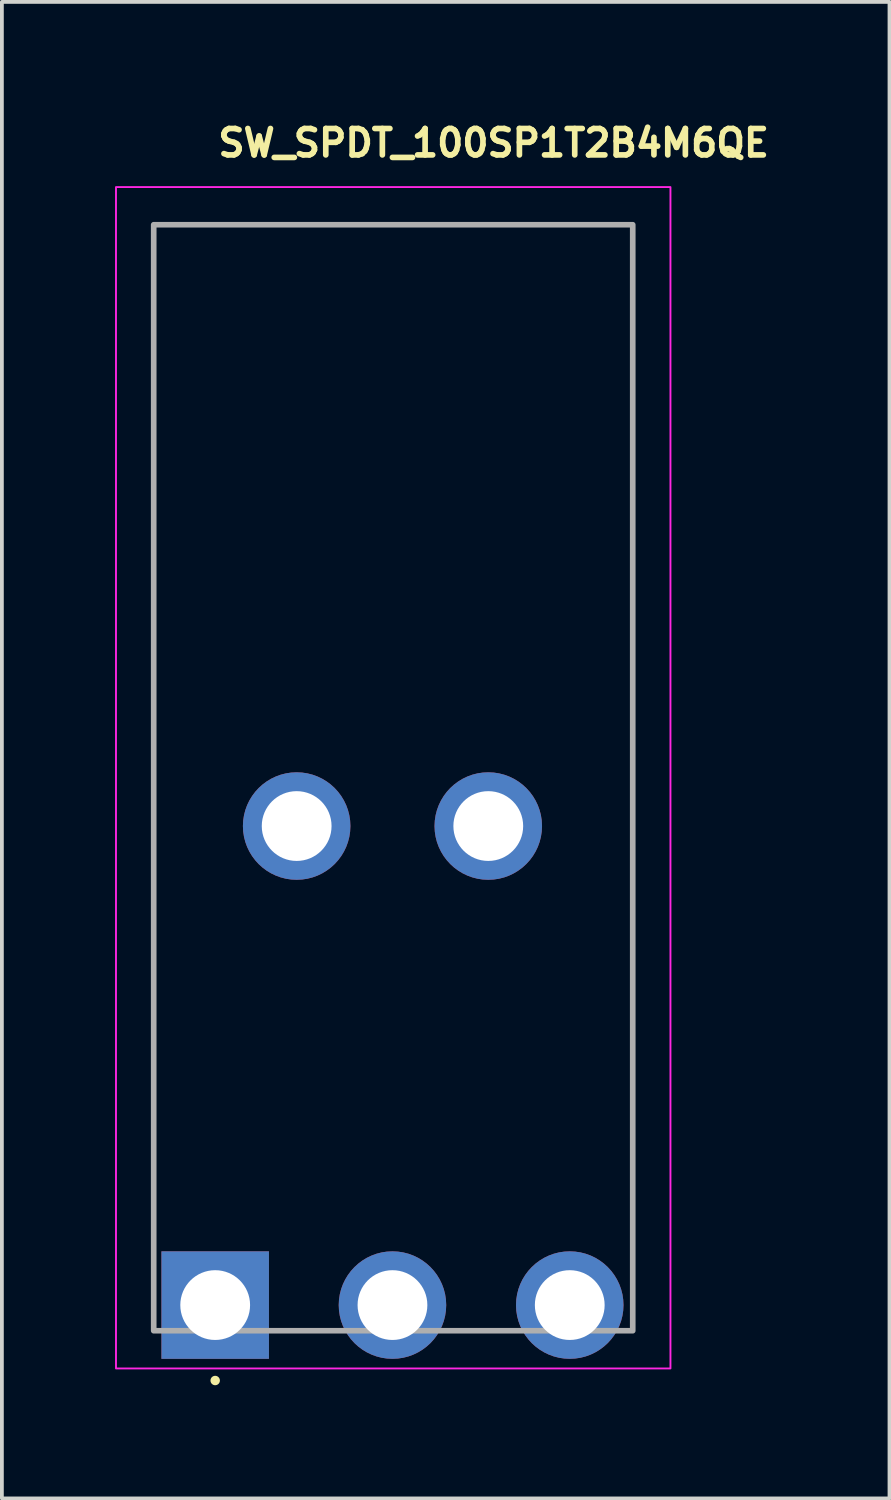
<source format=kicad_pcb>
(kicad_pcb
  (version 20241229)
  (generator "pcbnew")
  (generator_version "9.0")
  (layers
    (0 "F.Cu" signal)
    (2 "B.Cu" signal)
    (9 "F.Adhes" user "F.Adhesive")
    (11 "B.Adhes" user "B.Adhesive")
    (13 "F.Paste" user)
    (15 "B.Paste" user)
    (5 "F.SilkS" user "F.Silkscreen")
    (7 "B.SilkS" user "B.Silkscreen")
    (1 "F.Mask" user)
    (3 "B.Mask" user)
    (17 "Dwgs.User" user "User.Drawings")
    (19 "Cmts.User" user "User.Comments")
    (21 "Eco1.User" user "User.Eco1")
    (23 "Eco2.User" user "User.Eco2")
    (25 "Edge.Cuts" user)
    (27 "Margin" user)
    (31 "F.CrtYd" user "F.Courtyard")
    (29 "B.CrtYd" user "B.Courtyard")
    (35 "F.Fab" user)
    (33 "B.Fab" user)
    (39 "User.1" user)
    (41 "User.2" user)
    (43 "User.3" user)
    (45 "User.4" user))
  (footprint "SW_SPDT_100SP1T2B4M6QE"
    (layer "F.Cu")
    (at 2.655 31.55)
    (property "Reference" "SW_SPDT_100SP1T2B4M6QE" (at 0 -30.4 180) (layer "F.SilkS") (effects (font (size 0.7 0.7) (thickness 0.15)) (justify left bottom)))
    (attr through_hole)
    (fp_circle (center 0 2) (end 0.05 2) (stroke (width 0.15) (type solid)) (fill yes) (layer "F.SilkS"))
    (fp_rect (start 12.07 1.68) (end -2.63 -29.64) (stroke (width 0.05) (type solid)) (fill no) (layer "F.CrtYd"))
    (fp_rect (start 11.07 0.68) (end -1.63 -28.642) (stroke (width 0.15) (type solid)) (fill no) (layer "F.Fab"))
    (fp_rect (start 11.07 0.68) (end -1.63 -28.642) (stroke (width 0.1) (type solid)) (fill no) (layer "User.5"))
    (fp_line (start -1.63 -12.4) (end -1.63 -11.89) (stroke (width 0.02) (type solid)) (layer "User.9"))
    (fp_line (start -1.63 -12.4) (end -0.03 -12.4) (stroke (width 0.02) (type solid)) (layer "User.9"))
    (fp_line (start -1.63 -11.89) (end -0.03 -11.89) (stroke (width 0.02) (type solid)) (layer "User.9"))
    (fp_line (start -1.63 -3.51) (end -1.63 -11.89) (stroke (width 0.02) (type solid)) (layer "User.9"))
    (fp_line (start -1.63 -3.51) (end -0.03 -3.51) (stroke (width 0.02) (type solid)) (layer "User.9"))
    (fp_line (start -0.677 -2.627) (end -1.56 -3.51) (stroke (width 0.02) (type solid)) (layer "User.9"))
    (fp_line (start -0.677 -2.627) (end -0.672 -2.622) (stroke (width 0.02) (type solid)) (layer "User.9"))
    (fp_line (start -0.672 -2.622) (end -0.666 -2.617) (stroke (width 0.02) (type solid)) (layer "User.9"))
    (fp_line (start -0.666 -2.617) (end -0.66 -2.612) (stroke (width 0.02) (type solid)) (layer "User.9"))
    (fp_line (start -0.663 -2.613) (end -0.677 -2.627) (stroke (width 0.02) (type solid)) (layer "User.9"))
    (fp_line (start -0.66 -2.612) (end -0.653 -2.608) (stroke (width 0.02) (type solid)) (layer "User.9"))
    (fp_line (start -0.653 -2.608) (end -0.646 -2.604) (stroke (width 0.02) (type solid)) (layer "User.9"))
    (fp_line (start -0.648 -2.601) (end -0.663 -2.613) (stroke (width 0.02) (type solid)) (layer "User.9"))
    (fp_line (start -0.646 -2.604) (end -0.639 -2.6) (stroke (width 0.02) (type solid)) (layer "User.9"))
    (fp_line (start -0.639 -2.6) (end -0.632 -2.597) (stroke (width 0.02) (type solid)) (layer "User.9"))
    (fp_line (start -0.632 -2.597) (end -0.625 -2.594) (stroke (width 0.02) (type solid)) (layer "User.9"))
    (fp_line (start -0.632 -2.588) (end -0.648 -2.601) (stroke (width 0.02) (type solid)) (layer "User.9"))
    (fp_line (start -0.625 -2.594) (end -0.617 -2.592) (stroke (width 0.02) (type solid)) (layer "User.9"))
    (fp_line (start -0.617 -2.592) (end -0.609 -2.59) (stroke (width 0.02) (type solid)) (layer "User.9"))
    (fp_line (start -0.616 -2.577) (end -0.632 -2.588) (stroke (width 0.02) (type solid)) (layer "User.9"))
    (fp_line (start -0.609 -2.59) (end -0.601 -2.588) (stroke (width 0.02) (type solid)) (layer "User.9"))
    (fp_line (start -0.601 -2.588) (end -0.593 -2.586) (stroke (width 0.02) (type solid)) (layer "User.9"))
    (fp_line (start -0.6 -2.567) (end -0.616 -2.577) (stroke (width 0.02) (type solid)) (layer "User.9"))
    (fp_line (start -0.593 -2.586) (end -0.584 -2.585) (stroke (width 0.02) (type solid)) (layer "User.9"))
    (fp_line (start -0.584 -2.585) (end -0.576 -2.584) (stroke (width 0.02) (type solid)) (layer "User.9"))
    (fp_line (start -0.583 -2.557) (end -0.6 -2.567) (stroke (width 0.02) (type solid)) (layer "User.9"))
    (fp_line (start -0.576 -2.584) (end -0.567 -2.584) (stroke (width 0.02) (type solid)) (layer "User.9"))
    (fp_line (start -0.567 -2.584) (end -0.558 -2.583) (stroke (width 0.02) (type solid)) (layer "User.9"))
    (fp_line (start -0.565 -2.548) (end -0.583 -2.557) (stroke (width 0.02) (type solid)) (layer "User.9"))
    (fp_line (start -0.558 -2.583) (end -0.548 -2.584) (stroke (width 0.02) (type solid)) (layer "User.9"))
    (fp_line (start -0.548 -2.584) (end -0.539 -2.584) (stroke (width 0.02) (type solid)) (layer "User.9"))
    (fp_line (start -0.547 -2.54) (end -0.565 -2.548) (stroke (width 0.02) (type solid)) (layer "User.9"))
    (fp_line (start -0.539 -2.584) (end -0.52 -2.586) (stroke (width 0.02) (type solid)) (layer "User.9"))
    (fp_line (start -0.529 -2.533) (end -0.547 -2.54) (stroke (width 0.02) (type solid)) (layer "User.9"))
    (fp_line (start -0.52 -2.586) (end -0.5 -2.59) (stroke (width 0.02) (type solid)) (layer "User.9"))
    (fp_line (start -0.511 -2.527) (end -0.529 -2.533) (stroke (width 0.02) (type solid)) (layer "User.9"))
    (fp_line (start -0.5 -2.59) (end -0.48 -2.594) (stroke (width 0.02) (type solid)) (layer "User.9"))
    (fp_line (start -0.492 -2.522) (end -0.511 -2.527) (stroke (width 0.02) (type solid)) (layer "User.9"))
    (fp_line (start -0.48 -2.594) (end -0.459 -2.6) (stroke (width 0.02) (type solid)) (layer "User.9"))
    (fp_line (start -0.473 -2.518) (end -0.492 -2.522) (stroke (width 0.02) (type solid)) (layer "User.9"))
    (fp_line (start -0.459 -2.6) (end -0.438 -2.608) (stroke (width 0.02) (type solid)) (layer "User.9"))
    (fp_line (start -0.453 -2.514) (end -0.473 -2.518) (stroke (width 0.02) (type solid)) (layer "User.9"))
    (fp_line (start -0.438 -2.608) (end -0.416 -2.617) (stroke (width 0.02) (type solid)) (layer "User.9"))
    (fp_line (start -0.434 -2.512) (end -0.453 -2.514) (stroke (width 0.02) (type solid)) (layer "User.9"))
    (fp_line (start -0.416 -2.617) (end -0.394 -2.627) (stroke (width 0.02) (type solid)) (layer "User.9"))
    (fp_line (start -0.414 -2.51) (end -0.434 -2.512) (stroke (width 0.02) (type solid)) (layer "User.9"))
    (fp_line (start -0.394 -2.51) (end -0.414 -2.51) (stroke (width 0.02) (type solid)) (layer "User.9"))
    (fp_line (start -0.394 -2.51) (end 0.434 -2.51) (stroke (width 0.02) (type solid)) (layer "User.9"))
    (fp_line (start -0.36 -2.51) (end 0.4 -2.51) (stroke (width 0.02) (type solid)) (layer "User.9"))
    (fp_line (start -0.36 -1.96) (end -0.36 -2.51) (stroke (width 0.02) (type solid)) (layer "User.9"))
    (fp_line (start -0.36 -1.96) (end 0.4 -1.96) (stroke (width 0.02) (type solid)) (layer "User.9"))
    (fp_line (start -0.36 -1.96) (end 0.4 -1.96) (stroke (width 0.02) (type solid)) (layer "User.9"))
    (fp_line (start -0.36 -1.59) (end -0.36 -1.96) (stroke (width 0.02) (type solid)) (layer "User.9"))
    (fp_line (start -0.36 -1.156) (end -0.36 -1.59) (stroke (width 0.02) (type solid)) (layer "User.9"))
    (fp_line (start -0.36 -1.156) (end -0.36 -1.156) (stroke (width 0.02) (type solid)) (layer "User.9"))
    (fp_line (start -0.36 -0.967) (end -0.36 -1.156) (stroke (width 0.02) (type solid)) (layer "User.9"))
    (fp_line (start -0.36 -0.967) (end -0.36 -0.967) (stroke (width 0.02) (type solid)) (layer "User.9"))
    (fp_line (start -0.36 -0.883) (end -0.36 -0.967) (stroke (width 0.02) (type solid)) (layer "User.9"))
    (fp_line (start -0.36 -0.883) (end -0.36 -0.883) (stroke (width 0.02) (type solid)) (layer "User.9"))
    (fp_line (start -0.36 -0.808) (end -0.36 -0.883) (stroke (width 0.02) (type solid)) (layer "User.9"))
    (fp_line (start -0.36 -0.808) (end -0.36 -0.808) (stroke (width 0.02) (type solid)) (layer "User.9"))
    (fp_line (start -0.36 -0.743) (end -0.36 -0.808) (stroke (width 0.02) (type solid)) (layer "User.9"))
    (fp_line (start -0.36 -0.743) (end -0.36 -0.743) (stroke (width 0.02) (type solid)) (layer "User.9"))
    (fp_line (start -0.36 -0.689) (end -0.36 -0.743) (stroke (width 0.02) (type solid)) (layer "User.9"))
    (fp_line (start -0.36 -0.689) (end -0.36 -0.689) (stroke (width 0.02) (type solid)) (layer "User.9"))
    (fp_line (start -0.36 -0.646) (end -0.36 -0.689) (stroke (width 0.02) (type solid)) (layer "User.9"))
    (fp_line (start -0.36 -0.646) (end -0.36 -0.646) (stroke (width 0.02) (type solid)) (layer "User.9"))
    (fp_line (start -0.36 -0.615) (end -0.36 -0.646) (stroke (width 0.02) (type solid)) (layer "User.9"))
    (fp_line (start -0.36 -0.615) (end -0.36 -0.615) (stroke (width 0.02) (type solid)) (layer "User.9"))
    (fp_line (start -0.36 -0.596) (end -0.36 -0.615) (stroke (width 0.02) (type solid)) (layer "User.9"))
    (fp_line (start -0.36 -0.596) (end -0.36 -0.596) (stroke (width 0.02) (type solid)) (layer "User.9"))
    (fp_line (start -0.36 -0.59) (end -0.36 -0.596) (stroke (width 0.02) (type solid)) (layer "User.9"))
    (fp_line (start -0.36 -0.59) (end 0.4 -0.59) (stroke (width 0.02) (type solid)) (layer "User.9"))
    (fp_line (start -0.36 0.68) (end -0.36 -0.59) (stroke (width 0.02) (type solid)) (layer "User.9"))
    (fp_line (start -0.36 0.68) (end 0.4 0.68) (stroke (width 0.02) (type solid)) (layer "User.9"))
    (fp_line (start -0.03 -12.4) (end -0.03 -12.26) (stroke (width 0.02) (type solid)) (layer "User.9"))
    (fp_line (start -0.03 -12.26) (end -0.03 -12.26) (stroke (width 0.02) (type solid)) (layer "User.9"))
    (fp_line (start -0.03 -12.26) (end -0.03 -11.89) (stroke (width 0.02) (type solid)) (layer "User.9"))
    (fp_line (start -0.03 -11.89) (end -1.63 -11.89) (stroke (width 0.02) (type solid)) (layer "User.9"))
    (fp_line (start -0.03 -11.89) (end -0.03 -12.4) (stroke (width 0.02) (type solid)) (layer "User.9"))
    (fp_line (start -0.03 -11.89) (end -0.03 -11.64) (stroke (width 0.02) (type solid)) (layer "User.9"))
    (fp_line (start -0.03 -11.64) (end -0.03 -11.89) (stroke (width 0.02) (type solid)) (layer "User.9"))
    (fp_line (start -0.03 -4.21) (end 1.564 -4.21) (stroke (width 0.02) (type solid)) (layer "User.9"))
    (fp_line (start -0.03 -3.51) (end -0.03 -4.21) (stroke (width 0.02) (type solid)) (layer "User.9"))
    (fp_line (start -0.03 -3.51) (end -0.03 -4.21) (stroke (width 0.02) (type solid)) (layer "User.9"))
    (fp_line (start -0.03 -3.51) (end 1.67 -3.51) (stroke (width 0.02) (type solid)) (layer "User.9"))
    (fp_line (start 0.27 -12.91) (end 0.52 -12.91) (stroke (width 0.02) (type solid)) (layer "User.9"))
    (fp_line (start 0.27 -12.4) (end -0.03 -12.4) (stroke (width 0.02) (type solid)) (layer "User.9"))
    (fp_line (start 0.27 -12.4) (end -0.03 -12.4) (stroke (width 0.02) (type solid)) (layer "User.9"))
    (fp_line (start 0.27 -12.4) (end 0.27 -12.91) (stroke (width 0.02) (type solid)) (layer "User.9"))
    (fp_line (start 0.27 -12.4) (end 1.57 -12.4) (stroke (width 0.02) (type solid)) (layer "User.9"))
    (fp_line (start 0.4 -2.51) (end 0.4 -1.96) (stroke (width 0.02) (type solid)) (layer "User.9"))
    (fp_line (start 0.4 -1.96) (end 0.4 -1.59) (stroke (width 0.02) (type solid)) (layer "User.9"))
    (fp_line (start 0.4 -1.59) (end 0.4 -1.26) (stroke (width 0.02) (type solid)) (layer "User.9"))
    (fp_line (start 0.4 -1.26) (end 0.4 -1.26) (stroke (width 0.02) (type solid)) (layer "User.9"))
    (fp_line (start 0.4 -1.26) (end 0.4 -1.058) (stroke (width 0.02) (type solid)) (layer "User.9"))
    (fp_line (start 0.4 -1.058) (end 0.4 -1.058) (stroke (width 0.02) (type solid)) (layer "User.9"))
    (fp_line (start 0.4 -1.058) (end 0.4 -0.883) (stroke (width 0.02) (type solid)) (layer "User.9"))
    (fp_line (start 0.4 -0.883) (end 0.4 -0.883) (stroke (width 0.02) (type solid)) (layer "User.9"))
    (fp_line (start 0.4 -0.883) (end 0.4 -0.808) (stroke (width 0.02) (type solid)) (layer "User.9"))
    (fp_line (start 0.4 -0.808) (end 0.4 -0.808) (stroke (width 0.02) (type solid)) (layer "User.9"))
    (fp_line (start 0.4 -0.808) (end 0.4 -0.743) (stroke (width 0.02) (type solid)) (layer "User.9"))
    (fp_line (start 0.4 -0.743) (end 0.4 -0.743) (stroke (width 0.02) (type solid)) (layer "User.9"))
    (fp_line (start 0.4 -0.743) (end 0.4 -0.689) (stroke (width 0.02) (type solid)) (layer "User.9"))
    (fp_line (start 0.4 -0.689) (end 0.4 -0.689) (stroke (width 0.02) (type solid)) (layer "User.9"))
    (fp_line (start 0.4 -0.689) (end 0.4 -0.646) (stroke (width 0.02) (type solid)) (layer "User.9"))
    (fp_line (start 0.4 -0.646) (end 0.4 -0.646) (stroke (width 0.02) (type solid)) (layer "User.9"))
    (fp_line (start 0.4 -0.646) (end 0.4 -0.615) (stroke (width 0.02) (type solid)) (layer "User.9"))
    (fp_line (start 0.4 -0.615) (end 0.4 -0.615) (stroke (width 0.02) (type solid)) (layer "User.9"))
    (fp_line (start 0.4 -0.615) (end 0.4 -0.596) (stroke (width 0.02) (type solid)) (layer "User.9"))
    (fp_line (start 0.4 -0.596) (end 0.4 -0.596) (stroke (width 0.02) (type solid)) (layer "User.9"))
    (fp_line (start 0.4 -0.596) (end 0.4 -0.59) (stroke (width 0.02) (type solid)) (layer "User.9"))
    (fp_line (start 0.4 -0.59) (end 0.4 0.68) (stroke (width 0.02) (type solid)) (layer "User.9"))
    (fp_line (start 0.434 -2.627) (end 0.456 -2.617) (stroke (width 0.02) (type solid)) (layer "User.9"))
    (fp_line (start 0.454 -2.51) (end 0.434 -2.51) (stroke (width 0.02) (type solid)) (layer "User.9"))
    (fp_line (start 0.456 -2.617) (end 0.478 -2.608) (stroke (width 0.02) (type solid)) (layer "User.9"))
    (fp_line (start 0.474 -2.512) (end 0.454 -2.51) (stroke (width 0.02) (type solid)) (layer "User.9"))
    (fp_line (start 0.478 -2.608) (end 0.499 -2.6) (stroke (width 0.02) (type solid)) (layer "User.9"))
    (fp_line (start 0.493 -2.514) (end 0.474 -2.512) (stroke (width 0.02) (type solid)) (layer "User.9"))
    (fp_line (start 0.499 -2.6) (end 0.52 -2.594) (stroke (width 0.02) (type solid)) (layer "User.9"))
    (fp_line (start 0.513 -2.518) (end 0.493 -2.514) (stroke (width 0.02) (type solid)) (layer "User.9"))
    (fp_line (start 0.52 -12.91) (end 0.27 -12.91) (stroke (width 0.02) (type solid)) (layer "User.9"))
    (fp_line (start 0.52 -12.4) (end 0.27 -12.4) (stroke (width 0.02) (type solid)) (layer "User.9"))
    (fp_line (start 0.52 -2.594) (end 0.54 -2.59) (stroke (width 0.02) (type solid)) (layer "User.9"))
    (fp_line (start 0.532 -2.522) (end 0.513 -2.518) (stroke (width 0.02) (type solid)) (layer "User.9"))
    (fp_line (start 0.54 -2.59) (end 0.56 -2.586) (stroke (width 0.02) (type solid)) (layer "User.9"))
    (fp_line (start 0.551 -2.527) (end 0.532 -2.522) (stroke (width 0.02) (type solid)) (layer "User.9"))
    (fp_line (start 0.56 -2.586) (end 0.579 -2.584) (stroke (width 0.02) (type solid)) (layer "User.9"))
    (fp_line (start 0.569 -2.533) (end 0.551 -2.527) (stroke (width 0.02) (type solid)) (layer "User.9"))
    (fp_line (start 0.579 -2.584) (end 0.598 -2.583) (stroke (width 0.02) (type solid)) (layer "User.9"))
    (fp_line (start 0.587 -2.54) (end 0.569 -2.533) (stroke (width 0.02) (type solid)) (layer "User.9"))
    (fp_line (start 0.598 -2.583) (end 0.616 -2.584) (stroke (width 0.02) (type solid)) (layer "User.9"))
    (fp_line (start 0.605 -2.548) (end 0.587 -2.54) (stroke (width 0.02) (type solid)) (layer "User.9"))
    (fp_line (start 0.616 -2.584) (end 0.633 -2.586) (stroke (width 0.02) (type solid)) (layer "User.9"))
    (fp_line (start 0.623 -2.557) (end 0.605 -2.548) (stroke (width 0.02) (type solid)) (layer "User.9"))
    (fp_line (start 0.633 -2.586) (end 0.649 -2.59) (stroke (width 0.02) (type solid)) (layer "User.9"))
    (fp_line (start 0.64 -2.567) (end 0.623 -2.557) (stroke (width 0.02) (type solid)) (layer "User.9"))
    (fp_line (start 0.649 -2.59) (end 0.665 -2.594) (stroke (width 0.02) (type solid)) (layer "User.9"))
    (fp_line (start 0.656 -2.577) (end 0.64 -2.567) (stroke (width 0.02) (type solid)) (layer "User.9"))
    (fp_line (start 0.665 -2.594) (end 0.679 -2.6) (stroke (width 0.02) (type solid)) (layer "User.9"))
    (fp_line (start 0.672 -2.588) (end 0.656 -2.577) (stroke (width 0.02) (type solid)) (layer "User.9"))
    (fp_line (start 0.679 -2.6) (end 0.693 -2.608) (stroke (width 0.02) (type solid)) (layer "User.9"))
    (fp_line (start 0.688 -2.601) (end 0.672 -2.588) (stroke (width 0.02) (type solid)) (layer "User.9"))
    (fp_line (start 0.693 -2.608) (end 0.706 -2.617) (stroke (width 0.02) (type solid)) (layer "User.9"))
    (fp_line (start 0.703 -2.613) (end 0.688 -2.601) (stroke (width 0.02) (type solid)) (layer "User.9"))
    (fp_line (start 0.706 -2.617) (end 0.717 -2.627) (stroke (width 0.02) (type solid)) (layer "User.9"))
    (fp_line (start 0.717 -2.627) (end 0.703 -2.613) (stroke (width 0.02) (type solid)) (layer "User.9"))
    (fp_line (start 1.317 -3.51) (end -1.277 -3.51) (stroke (width 0.02) (type solid)) (layer "User.9"))
    (fp_line (start 1.564 -4.21) (end 1.564 -3.7) (stroke (width 0.02) (type solid)) (layer "User.9"))
    (fp_line (start 1.564 -4.1) (end 1.564 -4.21) (stroke (width 0.02) (type solid)) (layer "User.9"))
    (fp_line (start 1.564 -3.7) (end 3.526 -3.7) (stroke (width 0.02) (type solid)) (layer "User.9"))
    (fp_line (start 1.57 -12.91) (end 0.52 -12.91) (stroke (width 0.02) (type solid)) (layer "User.9"))
    (fp_line (start 1.57 -12.4) (end 0.52 -12.4) (stroke (width 0.02) (type solid)) (layer "User.9"))
    (fp_line (start 1.57 -12.4) (end 1.57 -12.91) (stroke (width 0.02) (type solid)) (layer "User.9"))
    (fp_line (start 1.57 -12.4) (end 1.57 -12.91) (stroke (width 0.02) (type solid)) (layer "User.9"))
    (fp_line (start 1.57 -12.4) (end 1.585 -12.4) (stroke (width 0.02) (type solid)) (layer "User.9"))
    (fp_line (start 1.585 -12.91) (end 1.57 -12.91) (stroke (width 0.02) (type solid)) (layer "User.9"))
    (fp_line (start 1.585 -12.91) (end 1.585 -12.91) (stroke (width 0.02) (type solid)) (layer "User.9"))
    (fp_line (start 1.585 -12.4) (end 1.585 -12.4) (stroke (width 0.02) (type solid)) (layer "User.9"))
    (fp_line (start 1.585 -12.4) (end 1.63 -12.4) (stroke (width 0.02) (type solid)) (layer "User.9"))
    (fp_line (start 1.6 -3.51) (end 0.717 -2.627) (stroke (width 0.02) (type solid)) (layer "User.9"))
    (fp_line (start 1.6 -3.51) (end 1.317 -3.51) (stroke (width 0.02) (type solid)) (layer "User.9"))
    (fp_line (start 1.63 -12.91) (end 1.585 -12.91) (stroke (width 0.02) (type solid)) (layer "User.9"))
    (fp_line (start 1.63 -12.91) (end 1.63 -12.91) (stroke (width 0.02) (type solid)) (layer "User.9"))
    (fp_line (start 1.63 -12.4) (end 1.63 -12.4) (stroke (width 0.02) (type solid)) (layer "User.9"))
    (fp_line (start 1.63 -12.4) (end 1.703 -12.4) (stroke (width 0.02) (type solid)) (layer "User.9"))
    (fp_line (start 1.652 -19.3) (end 1.652 -12.91) (stroke (width 0.02) (type solid)) (layer "User.9"))
    (fp_line (start 1.652 -19.3) (end 2.362 -19.998) (stroke (width 0.02) (type solid)) (layer "User.9"))
    (fp_line (start 1.652 -12.91) (end 1.652 -19.3) (stroke (width 0.02) (type solid)) (layer "User.9"))
    (fp_line (start 1.67 -4.21) (end -0.03 -4.21) (stroke (width 0.02) (type solid)) (layer "User.9"))
    (fp_line (start 1.67 -4.21) (end 1.67 -3.7) (stroke (width 0.02) (type solid)) (layer "User.9"))
    (fp_line (start 1.67 -3.7) (end 1.67 -4.21) (stroke (width 0.02) (type solid)) (layer "User.9"))
    (fp_line (start 1.67 -3.51) (end 1.67 -3.7) (stroke (width 0.02) (type solid)) (layer "User.9"))
    (fp_line (start 1.67 -3.51) (end 1.855 -3.51) (stroke (width 0.02) (type solid)) (layer "User.9"))
    (fp_line (start 1.703 -12.91) (end 1.63 -12.91) (stroke (width 0.02) (type solid)) (layer "User.9"))
    (fp_line (start 1.703 -12.91) (end 1.703 -12.91) (stroke (width 0.02) (type solid)) (layer "User.9"))
    (fp_line (start 1.703 -12.4) (end 1.703 -12.4) (stroke (width 0.02) (type solid)) (layer "User.9"))
    (fp_line (start 1.703 -12.4) (end 1.8 -12.4) (stroke (width 0.02) (type solid)) (layer "User.9"))
    (fp_line (start 1.8 -12.91) (end 1.703 -12.91) (stroke (width 0.02) (type solid)) (layer "User.9"))
    (fp_line (start 1.8 -12.91) (end 1.8 -12.91) (stroke (width 0.02) (type solid)) (layer "User.9"))
    (fp_line (start 1.8 -12.4) (end 1.8 -12.4) (stroke (width 0.02) (type solid)) (layer "User.9"))
    (fp_line (start 1.8 -12.4) (end 1.915 -12.4) (stroke (width 0.02) (type solid)) (layer "User.9"))
    (fp_line (start 1.829 -19.3) (end 1.652 -19.3) (stroke (width 0.02) (type solid)) (layer "User.9"))
    (fp_line (start 1.829 -19.3) (end 1.829 -19.3) (stroke (width 0.02) (type solid)) (layer "User.9"))
    (fp_line (start 1.889 -3.51) (end 1.855 -3.51) (stroke (width 0.02) (type solid)) (layer "User.9"))
    (fp_line (start 1.889 -3.51) (end 1.889 -3.51) (stroke (width 0.02) (type solid)) (layer "User.9"))
    (fp_line (start 1.915 -12.91) (end 1.8 -12.91) (stroke (width 0.02) (type solid)) (layer "User.9"))
    (fp_line (start 1.915 -12.91) (end 1.915 -12.91) (stroke (width 0.02) (type solid)) (layer "User.9"))
    (fp_line (start 1.915 -12.4) (end 1.915 -12.4) (stroke (width 0.02) (type solid)) (layer "User.9"))
    (fp_line (start 1.915 -12.4) (end 2.18 -12.4) (stroke (width 0.02) (type solid)) (layer "User.9"))
    (fp_line (start 1.942 -3.51) (end 1.889 -3.51) (stroke (width 0.02) (type solid)) (layer "User.9"))
    (fp_line (start 1.942 -3.51) (end 1.942 -3.51) (stroke (width 0.02) (type solid)) (layer "User.9"))
    (fp_line (start 2.012 -3.51) (end 1.942 -3.51) (stroke (width 0.02) (type solid)) (layer "User.9"))
    (fp_line (start 2.012 -3.51) (end 2.012 -3.51) (stroke (width 0.02) (type solid)) (layer "User.9"))
    (fp_line (start 2.044 -12.91) (end 1.915 -12.91) (stroke (width 0.02) (type solid)) (layer "User.9"))
    (fp_line (start 2.044 -12.91) (end 2.044 -12.91) (stroke (width 0.02) (type solid)) (layer "User.9"))
    (fp_line (start 2.098 -3.51) (end 2.012 -3.51) (stroke (width 0.02) (type solid)) (layer "User.9"))
    (fp_line (start 2.098 -3.51) (end 2.098 -3.51) (stroke (width 0.02) (type solid)) (layer "User.9"))
    (fp_line (start 2.136 -19.3) (end 1.829 -19.3) (stroke (width 0.02) (type solid)) (layer "User.9"))
    (fp_line (start 2.136 -19.3) (end 2.136 -19.3) (stroke (width 0.02) (type solid)) (layer "User.9"))
    (fp_line (start 2.18 -12.91) (end 2.044 -12.91) (stroke (width 0.02) (type solid)) (layer "User.9"))
    (fp_line (start 2.18 -12.91) (end 2.18 -12.91) (stroke (width 0.02) (type solid)) (layer "User.9"))
    (fp_line (start 2.18 -12.4) (end 2.18 -12.4) (stroke (width 0.02) (type solid)) (layer "User.9"))
    (fp_line (start 2.18 -12.4) (end 2.316 -12.4) (stroke (width 0.02) (type solid)) (layer "User.9"))
    (fp_line (start 2.196 -3.51) (end 2.098 -3.51) (stroke (width 0.02) (type solid)) (layer "User.9"))
    (fp_line (start 2.196 -3.51) (end 2.196 -3.51) (stroke (width 0.02) (type solid)) (layer "User.9"))
    (fp_line (start 2.304 -3.51) (end 2.196 -3.51) (stroke (width 0.02) (type solid)) (layer "User.9"))
    (fp_line (start 2.304 -3.51) (end 2.304 -3.51) (stroke (width 0.02) (type solid)) (layer "User.9"))
    (fp_line (start 2.316 -12.4) (end 2.316 -12.4) (stroke (width 0.02) (type solid)) (layer "User.9"))
    (fp_line (start 2.316 -12.4) (end 2.445 -12.4) (stroke (width 0.02) (type solid)) (layer "User.9"))
    (fp_line (start 2.362 -20.01) (end 2.362 -19.998) (stroke (width 0.02) (type solid)) (layer "User.9"))
    (fp_line (start 2.362 -19.998) (end 1.652 -19.3) (stroke (width 0.02) (type solid)) (layer "User.9"))
    (fp_line (start 2.362 -12.91) (end 2.362 -19.998) (stroke (width 0.02) (type solid)) (layer "User.9"))
    (fp_line (start 2.419 -3.51) (end 2.304 -3.51) (stroke (width 0.02) (type solid)) (layer "User.9"))
    (fp_line (start 2.419 -3.51) (end 2.419 -3.51) (stroke (width 0.02) (type solid)) (layer "User.9"))
    (fp_line (start 2.445 -12.91) (end 2.18 -12.91) (stroke (width 0.02) (type solid)) (layer "User.9"))
    (fp_line (start 2.445 -12.91) (end 2.445 -12.91) (stroke (width 0.02) (type solid)) (layer "User.9"))
    (fp_line (start 2.445 -12.4) (end 2.445 -12.4) (stroke (width 0.02) (type solid)) (layer "User.9"))
    (fp_line (start 2.445 -12.4) (end 2.56 -12.4) (stroke (width 0.02) (type solid)) (layer "User.9"))
    (fp_line (start 2.508 -20.01) (end 2.362 -20.01) (stroke (width 0.02) (type solid)) (layer "User.9"))
    (fp_line (start 2.508 -20.01) (end 2.508 -20.01) (stroke (width 0.02) (type solid)) (layer "User.9"))
    (fp_line (start 2.559 -19.3) (end 2.136 -19.3) (stroke (width 0.02) (type solid)) (layer "User.9"))
    (fp_line (start 2.559 -19.3) (end 2.559 -19.3) (stroke (width 0.02) (type solid)) (layer "User.9"))
    (fp_line (start 2.56 -12.91) (end 2.445 -12.91) (stroke (width 0.02) (type solid)) (layer "User.9"))
    (fp_line (start 2.56 -12.91) (end 2.56 -12.91) (stroke (width 0.02) (type solid)) (layer "User.9"))
    (fp_line (start 2.56 -12.4) (end 2.56 -12.4) (stroke (width 0.02) (type solid)) (layer "User.9"))
    (fp_line (start 2.56 -12.4) (end 2.657 -12.4) (stroke (width 0.02) (type solid)) (layer "User.9"))
    (fp_line (start 2.62 -12.91) (end 2.62 -20.01) (stroke (width 0.02) (type solid)) (layer "User.9"))
    (fp_line (start 2.655 -7.4) (end 3.47 -9.4) (stroke (width 0.02) (type solid)) (layer "User.9"))
    (fp_line (start 2.655 -7.4) (end 5.655 -7.4) (stroke (width 0.02) (type solid)) (layer "User.9"))
    (fp_line (start 2.656 -3.51) (end 2.419 -3.51) (stroke (width 0.02) (type solid)) (layer "User.9"))
    (fp_line (start 2.656 -3.51) (end 2.656 -3.51) (stroke (width 0.02) (type solid)) (layer "User.9"))
    (fp_line (start 2.657 -12.91) (end 2.56 -12.91) (stroke (width 0.02) (type solid)) (layer "User.9"))
    (fp_line (start 2.657 -12.91) (end 2.657 -12.91) (stroke (width 0.02) (type solid)) (layer "User.9"))
    (fp_line (start 2.657 -12.4) (end 2.657 -12.4) (stroke (width 0.02) (type solid)) (layer "User.9"))
    (fp_line (start 2.657 -12.4) (end 2.73 -12.4) (stroke (width 0.02) (type solid)) (layer "User.9"))
    (fp_line (start 2.673 -20.01) (end 2.62 -20.01) (stroke (width 0.02) (type solid)) (layer "User.9"))
    (fp_line (start 2.673 -20.01) (end 2.673 -20.01) (stroke (width 0.02) (type solid)) (layer "User.9"))
    (fp_line (start 2.705 -7.434) (end 3.493 -9.366) (stroke (width 0.02) (type solid)) (layer "User.9"))
    (fp_line (start 2.705 -7.434) (end 5.632 -7.434) (stroke (width 0.02) (type solid)) (layer "User.9"))
    (fp_line (start 2.73 -12.91) (end 2.657 -12.91) (stroke (width 0.02) (type solid)) (layer "User.9"))
    (fp_line (start 2.73 -12.91) (end 2.73 -12.91) (stroke (width 0.02) (type solid)) (layer "User.9"))
    (fp_line (start 2.73 -12.4) (end 2.73 -12.4) (stroke (width 0.02) (type solid)) (layer "User.9"))
    (fp_line (start 2.73 -12.4) (end 2.775 -12.4) (stroke (width 0.02) (type solid)) (layer "User.9"))
    (fp_line (start 2.752 -20.01) (end 2.508 -20.01) (stroke (width 0.02) (type solid)) (layer "User.9"))
    (fp_line (start 2.752 -20.01) (end 2.752 -20.01) (stroke (width 0.02) (type solid)) (layer "User.9"))
    (fp_line (start 2.775 -12.91) (end 2.73 -12.91) (stroke (width 0.02) (type solid)) (layer "User.9"))
    (fp_line (start 2.775 -12.91) (end 2.775 -12.91) (stroke (width 0.02) (type solid)) (layer "User.9"))
    (fp_line (start 2.775 -12.4) (end 2.775 -12.4) (stroke (width 0.02) (type solid)) (layer "User.9"))
    (fp_line (start 2.775 -12.4) (end 2.79 -12.4) (stroke (width 0.02) (type solid)) (layer "User.9"))
    (fp_line (start 2.79 -12.91) (end 2.775 -12.91) (stroke (width 0.02) (type solid)) (layer "User.9"))
    (fp_line (start 2.79 -12.91) (end 3.032 -12.91) (stroke (width 0.02) (type solid)) (layer "User.9"))
    (fp_line (start 2.79 -12.4) (end 2.79 -12.91) (stroke (width 0.02) (type solid)) (layer "User.9"))
    (fp_line (start 2.79 -12.4) (end 6.65 -12.4) (stroke (width 0.02) (type solid)) (layer "User.9"))
    (fp_line (start 2.79 -12.4) (end 6.65 -12.4) (stroke (width 0.02) (type solid)) (layer "User.9"))
    (fp_line (start 2.828 -20.01) (end 2.673 -20.01) (stroke (width 0.02) (type solid)) (layer "User.9"))
    (fp_line (start 2.828 -20.01) (end 2.828 -20.01) (stroke (width 0.02) (type solid)) (layer "User.9"))
    (fp_line (start 2.881 -3.51) (end 2.656 -3.51) (stroke (width 0.02) (type solid)) (layer "User.9"))
    (fp_line (start 2.881 -3.51) (end 2.881 -3.51) (stroke (width 0.02) (type solid)) (layer "User.9"))
    (fp_line (start 2.981 -3.51) (end 2.881 -3.51) (stroke (width 0.02) (type solid)) (layer "User.9"))
    (fp_line (start 2.981 -3.51) (end 2.981 -3.51) (stroke (width 0.02) (type solid)) (layer "User.9"))
    (fp_line (start 3.032 -12.91) (end 3.032 -12.91) (stroke (width 0.02) (type solid)) (layer "User.9"))
    (fp_line (start 3.032 -12.91) (end 3.289 -12.91) (stroke (width 0.02) (type solid)) (layer "User.9"))
    (fp_line (start 3.068 -3.51) (end 2.981 -3.51) (stroke (width 0.02) (type solid)) (layer "User.9"))
    (fp_line (start 3.068 -3.51) (end 3.068 -3.51) (stroke (width 0.02) (type solid)) (layer "User.9"))
    (fp_line (start 3.078 -20.01) (end 2.828 -20.01) (stroke (width 0.02) (type solid)) (layer "User.9"))
    (fp_line (start 3.078 -20.01) (end 3.078 -20.01) (stroke (width 0.02) (type solid)) (layer "User.9"))
    (fp_line (start 3.08 -19.3) (end 2.559 -19.3) (stroke (width 0.02) (type solid)) (layer "User.9"))
    (fp_line (start 3.08 -19.3) (end 3.08 -19.3) (stroke (width 0.02) (type solid)) (layer "User.9"))
    (fp_line (start 3.084 -20.01) (end 2.752 -20.01) (stroke (width 0.02) (type solid)) (layer "User.9"))
    (fp_line (start 3.084 -20.01) (end 3.084 -20.01) (stroke (width 0.02) (type solid)) (layer "User.9"))
    (fp_line (start 3.14 -3.51) (end 3.068 -3.51) (stroke (width 0.02) (type solid)) (layer "User.9"))
    (fp_line (start 3.14 -3.51) (end 4.023 -2.627) (stroke (width 0.02) (type solid)) (layer "User.9"))
    (fp_line (start 3.235 -3.51) (end 3.14 -3.51) (stroke (width 0.02) (type solid)) (layer "User.9"))
    (fp_line (start 3.266 -3.51) (end 3.14 -3.51) (stroke (width 0.02) (type solid)) (layer "User.9"))
    (fp_line (start 3.266 -3.51) (end 3.235 -3.51) (stroke (width 0.02) (type solid)) (layer "User.9"))
    (fp_line (start 3.274 -7.816) (end 3.434 -8.209) (stroke (width 0.02) (type solid)) (layer "User.9"))
    (fp_line (start 3.274 -7.816) (end 5.788 -7.816) (stroke (width 0.02) (type solid)) (layer "User.9"))
    (fp_line (start 3.289 -12.91) (end 3.289 -12.91) (stroke (width 0.02) (type solid)) (layer "User.9"))
    (fp_line (start 3.289 -12.91) (end 3.559 -12.91) (stroke (width 0.02) (type solid)) (layer "User.9"))
    (fp_line (start 3.324 -7.85) (end 3.457 -8.175) (stroke (width 0.02) (type solid)) (layer "User.9"))
    (fp_line (start 3.324 -7.85) (end 5.838 -7.85) (stroke (width 0.02) (type solid)) (layer "User.9"))
    (fp_line (start 3.382 -25.197) (end 3.382 -25.171) (stroke (width 0.02) (type solid)) (layer "User.9"))
    (fp_line (start 3.383 -25.223) (end 3.382 -25.197) (stroke (width 0.02) (type solid)) (layer "User.9"))
    (fp_line (start 3.384 -25.248) (end 3.383 -25.223) (stroke (width 0.02) (type solid)) (layer "User.9"))
    (fp_line (start 3.386 -25.274) (end 3.384 -25.248) (stroke (width 0.02) (type solid)) (layer "User.9"))
    (fp_line (start 3.388 -25.3) (end 3.386 -25.274) (stroke (width 0.02) (type solid)) (layer "User.9"))
    (fp_line (start 3.391 -25.326) (end 3.388 -25.3) (stroke (width 0.02) (type solid)) (layer "User.9"))
    (fp_line (start 3.395 -25.352) (end 3.391 -25.326) (stroke (width 0.02) (type solid)) (layer "User.9"))
    (fp_line (start 3.399 -25.378) (end 3.395 -25.352) (stroke (width 0.02) (type solid)) (layer "User.9"))
    (fp_line (start 3.399 -25.378) (end 3.399 -25.378) (stroke (width 0.02) (type solid)) (layer "User.9"))
    (fp_line (start 3.409 -25.434) (end 3.399 -25.378) (stroke (width 0.02) (type solid)) (layer "User.9"))
    (fp_line (start 3.411 -20.01) (end 3.078 -20.01) (stroke (width 0.02) (type solid)) (layer "User.9"))
    (fp_line (start 3.411 -20.01) (end 3.411 -20.01) (stroke (width 0.02) (type solid)) (layer "User.9"))
    (fp_line (start 3.42 -4.21) (end 3.42 -3.7) (stroke (width 0.02) (type solid)) (layer "User.9"))
    (fp_line (start 3.42 -3.7) (end 3.42 -4.21) (stroke (width 0.02) (type solid)) (layer "User.9"))
    (fp_line (start 3.42 -3.7) (end 3.42 -3.51) (stroke (width 0.02) (type solid)) (layer "User.9"))
    (fp_line (start 3.42 -3.51) (end 3.266 -3.51) (stroke (width 0.02) (type solid)) (layer "User.9"))
    (fp_line (start 3.42 -3.51) (end 6.02 -3.51) (stroke (width 0.02) (type solid)) (layer "User.9"))
    (fp_line (start 3.422 -25.491) (end 3.409 -25.434) (stroke (width 0.02) (type solid)) (layer "User.9"))
    (fp_line (start 3.423 -3.51) (end 3.266 -3.51) (stroke (width 0.02) (type solid)) (layer "User.9"))
    (fp_line (start 3.434 -8.209) (end 3.274 -7.816) (stroke (width 0.02) (type solid)) (layer "User.9"))
    (fp_line (start 3.434 -8.209) (end 5.948 -8.209) (stroke (width 0.02) (type solid)) (layer "User.9"))
    (fp_line (start 3.438 -25.549) (end 3.422 -25.491) (stroke (width 0.02) (type solid)) (layer "User.9"))
    (fp_line (start 3.456 -25.604) (end 3.438 -25.549) (stroke (width 0.02) (type solid)) (layer "User.9"))
    (fp_line (start 3.457 -8.175) (end 3.324 -7.85) (stroke (width 0.02) (type solid)) (layer "User.9"))
    (fp_line (start 3.457 -8.175) (end 5.971 -8.175) (stroke (width 0.02) (type solid)) (layer "User.9"))
    (fp_line (start 3.47 -9.4) (end 2.655 -7.4) (stroke (width 0.02) (type solid)) (layer "User.9"))
    (fp_line (start 3.47 -9.4) (end 6.47 -9.4) (stroke (width 0.02) (type solid)) (layer "User.9"))
    (fp_line (start 3.477 -25.659) (end 3.456 -25.604) (stroke (width 0.02) (type solid)) (layer "User.9"))
    (fp_line (start 3.488 -20.01) (end 3.084 -20.01) (stroke (width 0.02) (type solid)) (layer "User.9"))
    (fp_line (start 3.488 -20.01) (end 3.488 -20.01) (stroke (width 0.02) (type solid)) (layer "User.9"))
    (fp_line (start 3.493 -9.366) (end 2.705 -7.434) (stroke (width 0.02) (type solid)) (layer "User.9"))
    (fp_line (start 3.493 -9.366) (end 6.42 -9.366) (stroke (width 0.02) (type solid)) (layer "User.9"))
    (fp_line (start 3.5 -25.712) (end 3.477 -25.659) (stroke (width 0.02) (type solid)) (layer "User.9"))
    (fp_line (start 3.526 -25.765) (end 3.5 -25.712) (stroke (width 0.02) (type solid)) (layer "User.9"))
    (fp_line (start 3.526 -4.21) (end 3.526 -4.1) (stroke (width 0.02) (type solid)) (layer "User.9"))
    (fp_line (start 3.526 -4.21) (end 5.914 -4.21) (stroke (width 0.02) (type solid)) (layer "User.9"))
    (fp_line (start 3.526 -3.7) (end 3.526 -4.21) (stroke (width 0.02) (type solid)) (layer "User.9"))
    (fp_line (start 3.528 -20.01) (end 3.383 -25.133) (stroke (width 0.02) (type solid)) (layer "User.9"))
    (fp_line (start 3.541 -19.538) (end 3.415 -19.3) (stroke (width 0.02) (type solid)) (layer "User.9"))
    (fp_line (start 3.554 -25.816) (end 3.526 -25.765) (stroke (width 0.02) (type solid)) (layer "User.9"))
    (fp_line (start 3.559 -12.91) (end 3.559 -12.91) (stroke (width 0.02) (type solid)) (layer "User.9"))
    (fp_line (start 3.559 -12.91) (end 3.84 -12.91) (stroke (width 0.02) (type solid)) (layer "User.9"))
    (fp_line (start 3.584 -25.866) (end 3.554 -25.816) (stroke (width 0.02) (type solid)) (layer "User.9"))
    (fp_line (start 3.59 -8.591) (end 3.75 -8.984) (stroke (width 0.02) (type solid)) (layer "User.9"))
    (fp_line (start 3.59 -8.591) (end 6.104 -8.591) (stroke (width 0.02) (type solid)) (layer "User.9"))
    (fp_line (start 3.616 -25.915) (end 3.584 -25.866) (stroke (width 0.02) (type solid)) (layer "User.9"))
    (fp_line (start 3.64 -8.625) (end 3.773 -8.95) (stroke (width 0.02) (type solid)) (layer "User.9"))
    (fp_line (start 3.64 -8.625) (end 6.154 -8.625) (stroke (width 0.02) (type solid)) (layer "User.9"))
    (fp_line (start 3.651 -25.962) (end 3.616 -25.915) (stroke (width 0.02) (type solid)) (layer "User.9"))
    (fp_line (start 3.674 -19.3) (end 3.08 -19.3) (stroke (width 0.02) (type solid)) (layer "User.9"))
    (fp_line (start 3.674 -19.3) (end 3.674 -19.3) (stroke (width 0.02) (type solid)) (layer "User.9"))
    (fp_line (start 3.687 -26.008) (end 3.651 -25.962) (stroke (width 0.02) (type solid)) (layer "User.9"))
    (fp_line (start 3.726 -26.052) (end 3.687 -26.008) (stroke (width 0.02) (type solid)) (layer "User.9"))
    (fp_line (start 3.75 -8.984) (end 3.59 -8.591) (stroke (width 0.02) (type solid)) (layer "User.9"))
    (fp_line (start 3.75 -8.984) (end 6.264 -8.984) (stroke (width 0.02) (type solid)) (layer "User.9"))
    (fp_line (start 3.766 -26.093) (end 3.726 -26.052) (stroke (width 0.02) (type solid)) (layer "User.9"))
    (fp_line (start 3.773 -8.95) (end 3.64 -8.625) (stroke (width 0.02) (type solid)) (layer "User.9"))
    (fp_line (start 3.773 -8.95) (end 6.287 -8.95) (stroke (width 0.02) (type solid)) (layer "User.9"))
    (fp_line (start 3.809 -26.134) (end 3.766 -26.093) (stroke (width 0.02) (type solid)) (layer "User.9"))
    (fp_line (start 3.809 -20.01) (end 3.411 -20.01) (stroke (width 0.02) (type solid)) (layer "User.9"))
    (fp_line (start 3.809 -20.01) (end 3.809 -20.01) (stroke (width 0.02) (type solid)) (layer "User.9"))
    (fp_line (start 3.84 -12.91) (end 3.84 -12.91) (stroke (width 0.02) (type solid)) (layer "User.9"))
    (fp_line (start 3.84 -12.91) (end 4.129 -12.91) (stroke (width 0.02) (type solid)) (layer "User.9"))
    (fp_line (start 3.853 -26.172) (end 3.809 -26.134) (stroke (width 0.02) (type solid)) (layer "User.9"))
    (fp_line (start 3.853 -26.172) (end 3.853 -26.172) (stroke (width 0.02) (type solid)) (layer "User.9"))
    (fp_line (start 3.899 -26.209) (end 3.853 -26.172) (stroke (width 0.02) (type solid)) (layer "User.9"))
    (fp_line (start 3.946 -26.242) (end 3.899 -26.209) (stroke (width 0.02) (type solid)) (layer "User.9"))
    (fp_line (start 3.946 -20.01) (end 3.488 -20.01) (stroke (width 0.02) (type solid)) (layer "User.9"))
    (fp_line (start 3.946 -20.01) (end 3.946 -20.01) (stroke (width 0.02) (type solid)) (layer "User.9"))
    (fp_line (start 3.995 -26.274) (end 3.946 -26.242) (stroke (width 0.02) (type solid)) (layer "User.9"))
    (fp_line (start 4.023 -2.627) (end 3.14 -3.51) (stroke (width 0.02) (type solid)) (layer "User.9"))
    (fp_line (start 4.023 -2.627) (end 4.028 -2.622) (stroke (width 0.02) (type solid)) (layer "User.9"))
    (fp_line (start 4.028 -2.622) (end 4.034 -2.617) (stroke (width 0.02) (type solid)) (layer "User.9"))
    (fp_line (start 4.034 -2.617) (end 4.041 -2.612) (stroke (width 0.02) (type solid)) (layer "User.9"))
    (fp_line (start 4.037 -2.613) (end 4.023 -2.627) (stroke (width 0.02) (type solid)) (layer "User.9"))
    (fp_line (start 4.041 -2.612) (end 4.047 -2.608) (stroke (width 0.02) (type solid)) (layer "User.9"))
    (fp_line (start 4.046 -26.305) (end 3.995 -26.274) (stroke (width 0.02) (type solid)) (layer "User.9"))
    (fp_line (start 4.047 -2.608) (end 4.054 -2.604) (stroke (width 0.02) (type solid)) (layer "User.9"))
    (fp_line (start 4.052 -2.601) (end 4.037 -2.613) (stroke (width 0.02) (type solid)) (layer "User.9"))
    (fp_line (start 4.054 -2.604) (end 4.061 -2.6) (stroke (width 0.02) (type solid)) (layer "User.9"))
    (fp_line (start 4.061 -2.6) (end 4.068 -2.597) (stroke (width 0.02) (type solid)) (layer "User.9"))
    (fp_line (start 4.068 -2.597) (end 4.075 -2.594) (stroke (width 0.02) (type solid)) (layer "User.9"))
    (fp_line (start 4.068 -2.588) (end 4.052 -2.601) (stroke (width 0.02) (type solid)) (layer "User.9"))
    (fp_line (start 4.075 -2.594) (end 4.083 -2.592) (stroke (width 0.02) (type solid)) (layer "User.9"))
    (fp_line (start 4.083 -2.592) (end 4.091 -2.59) (stroke (width 0.02) (type solid)) (layer "User.9"))
    (fp_line (start 4.084 -2.577) (end 4.068 -2.588) (stroke (width 0.02) (type solid)) (layer "User.9"))
    (fp_line (start 4.091 -2.59) (end 4.099 -2.588) (stroke (width 0.02) (type solid)) (layer "User.9"))
    (fp_line (start 4.097 -26.331) (end 4.046 -26.305) (stroke (width 0.02) (type solid)) (layer "User.9"))
    (fp_line (start 4.099 -2.588) (end 4.107 -2.586) (stroke (width 0.02) (type solid)) (layer "User.9"))
    (fp_line (start 4.1 -2.567) (end 4.084 -2.577) (stroke (width 0.02) (type solid)) (layer "User.9"))
    (fp_line (start 4.107 -2.586) (end 4.116 -2.585) (stroke (width 0.02) (type solid)) (layer "User.9"))
    (fp_line (start 4.116 -2.585) (end 4.124 -2.584) (stroke (width 0.02) (type solid)) (layer "User.9"))
    (fp_line (start 4.117 -2.557) (end 4.1 -2.567) (stroke (width 0.02) (type solid)) (layer "User.9"))
    (fp_line (start 4.124 -2.584) (end 4.133 -2.584) (stroke (width 0.02) (type solid)) (layer "User.9"))
    (fp_line (start 4.129 -12.91) (end 4.129 -12.91) (stroke (width 0.02) (type solid)) (layer "User.9"))
    (fp_line (start 4.129 -12.91) (end 4.72 -12.91) (stroke (width 0.02) (type solid)) (layer "User.9"))
    (fp_line (start 4.133 -2.584) (end 4.142 -2.583) (stroke (width 0.02) (type solid)) (layer "User.9"))
    (fp_line (start 4.135 -2.548) (end 4.117 -2.557) (stroke (width 0.02) (type solid)) (layer "User.9"))
    (fp_line (start 4.142 -2.583) (end 4.152 -2.584) (stroke (width 0.02) (type solid)) (layer "User.9"))
    (fp_line (start 4.15 -26.357) (end 4.097 -26.331) (stroke (width 0.02) (type solid)) (layer "User.9"))
    (fp_line (start 4.152 -2.584) (end 4.161 -2.584) (stroke (width 0.02) (type solid)) (layer "User.9"))
    (fp_line (start 4.153 -2.54) (end 4.135 -2.548) (stroke (width 0.02) (type solid)) (layer "User.9"))
    (fp_line (start 4.161 -2.584) (end 4.18 -2.586) (stroke (width 0.02) (type solid)) (layer "User.9"))
    (fp_line (start 4.171 -2.533) (end 4.153 -2.54) (stroke (width 0.02) (type solid)) (layer "User.9"))
    (fp_line (start 4.18 -2.586) (end 4.2 -2.59) (stroke (width 0.02) (type solid)) (layer "User.9"))
    (fp_line (start 4.189 -2.527) (end 4.171 -2.533) (stroke (width 0.02) (type solid)) (layer "User.9"))
    (fp_line (start 4.2 -2.59) (end 4.22 -2.594) (stroke (width 0.02) (type solid)) (layer "User.9"))
    (fp_line (start 4.204 -26.38) (end 4.15 -26.357) (stroke (width 0.02) (type solid)) (layer "User.9"))
    (fp_line (start 4.208 -2.522) (end 4.189 -2.527) (stroke (width 0.02) (type solid)) (layer "User.9"))
    (fp_line (start 4.22 -2.594) (end 4.241 -2.6) (stroke (width 0.02) (type solid)) (layer "User.9"))
    (fp_line (start 4.227 -2.518) (end 4.208 -2.522) (stroke (width 0.02) (type solid)) (layer "User.9"))
    (fp_line (start 4.241 -2.6) (end 4.262 -2.608) (stroke (width 0.02) (type solid)) (layer "User.9"))
    (fp_line (start 4.247 -2.514) (end 4.227 -2.518) (stroke (width 0.02) (type solid)) (layer "User.9"))
    (fp_line (start 4.253 -20.01) (end 3.809 -20.01) (stroke (width 0.02) (type solid)) (layer "User.9"))
    (fp_line (start 4.253 -20.01) (end 4.253 -20.01) (stroke (width 0.02) (type solid)) (layer "User.9"))
    (fp_line (start 4.259 -26.399) (end 4.204 -26.38) (stroke (width 0.02) (type solid)) (layer "User.9"))
    (fp_line (start 4.262 -2.608) (end 4.284 -2.617) (stroke (width 0.02) (type solid)) (layer "User.9"))
    (fp_line (start 4.266 -2.512) (end 4.247 -2.514) (stroke (width 0.02) (type solid)) (layer "User.9"))
    (fp_line (start 4.284 -2.617) (end 4.306 -2.627) (stroke (width 0.02) (type solid)) (layer "User.9"))
    (fp_line (start 4.286 -2.51) (end 4.266 -2.512) (stroke (width 0.02) (type solid)) (layer "User.9"))
    (fp_line (start 4.306 -2.51) (end 4.286 -2.51) (stroke (width 0.02) (type solid)) (layer "User.9"))
    (fp_line (start 4.315 -26.418) (end 4.259 -26.399) (stroke (width 0.02) (type solid)) (layer "User.9"))
    (fp_line (start 4.316 -19.3) (end 3.674 -19.3) (stroke (width 0.02) (type solid)) (layer "User.9"))
    (fp_line (start 4.316 -19.3) (end 4.316 -19.3) (stroke (width 0.02) (type solid)) (layer "User.9"))
    (fp_line (start 4.34 -2.51) (end 5.1 -2.51) (stroke (width 0.02) (type solid)) (layer "User.9"))
    (fp_line (start 4.34 -1.96) (end 4.34 -2.51) (stroke (width 0.02) (type solid)) (layer "User.9"))
    (fp_line (start 4.34 -1.96) (end 5.1 -1.96) (stroke (width 0.02) (type solid)) (layer "User.9"))
    (fp_line (start 4.34 -1.96) (end 5.1 -1.96) (stroke (width 0.02) (type solid)) (layer "User.9"))
    (fp_line (start 4.34 -1.59) (end 4.34 -1.96) (stroke (width 0.02) (type solid)) (layer "User.9"))
    (fp_line (start 4.34 -1.156) (end 4.34 -1.59) (stroke (width 0.02) (type solid)) (layer "User.9"))
    (fp_line (start 4.34 -1.156) (end 4.34 -1.156) (stroke (width 0.02) (type solid)) (layer "User.9"))
    (fp_line (start 4.34 -0.967) (end 4.34 -1.156) (stroke (width 0.02) (type solid)) (layer "User.9"))
    (fp_line (start 4.34 -0.967) (end 4.34 -0.967) (stroke (width 0.02) (type solid)) (layer "User.9"))
    (fp_line (start 4.34 -0.883) (end 4.34 -0.967) (stroke (width 0.02) (type solid)) (layer "User.9"))
    (fp_line (start 4.34 -0.883) (end 4.34 -0.883) (stroke (width 0.02) (type solid)) (layer "User.9"))
    (fp_line (start 4.34 -0.808) (end 4.34 -0.883) (stroke (width 0.02) (type solid)) (layer "User.9"))
    (fp_line (start 4.34 -0.808) (end 4.34 -0.808) (stroke (width 0.02) (type solid)) (layer "User.9"))
    (fp_line (start 4.34 -0.743) (end 4.34 -0.808) (stroke (width 0.02) (type solid)) (layer "User.9"))
    (fp_line (start 4.34 -0.743) (end 4.34 -0.743) (stroke (width 0.02) (type solid)) (layer "User.9"))
    (fp_line (start 4.34 -0.689) (end 4.34 -0.743) (stroke (width 0.02) (type solid)) (layer "User.9"))
    (fp_line (start 4.34 -0.689) (end 4.34 -0.689) (stroke (width 0.02) (type solid)) (layer "User.9"))
    (fp_line (start 4.34 -0.646) (end 4.34 -0.689) (stroke (width 0.02) (type solid)) (layer "User.9"))
    (fp_line (start 4.34 -0.646) (end 4.34 -0.646) (stroke (width 0.02) (type solid)) (layer "User.9"))
    (fp_line (start 4.34 -0.615) (end 4.34 -0.646) (stroke (width 0.02) (type solid)) (layer "User.9"))
    (fp_line (start 4.34 -0.615) (end 4.34 -0.615) (stroke (width 0.02) (type solid)) (layer "User.9"))
    (fp_line (start 4.34 -0.596) (end 4.34 -0.615) (stroke (width 0.02) (type solid)) (layer "User.9"))
    (fp_line (start 4.34 -0.596) (end 4.34 -0.596) (stroke (width 0.02) (type solid)) (layer "User.9"))
    (fp_line (start 4.34 -0.59) (end 4.34 -0.596) (stroke (width 0.02) (type solid)) (layer "User.9"))
    (fp_line (start 4.34 -0.59) (end 5.1 -0.59) (stroke (width 0.02) (type solid)) (layer "User.9"))
    (fp_line (start 4.34 0.68) (end 4.34 -0.59) (stroke (width 0.02) (type solid)) (layer "User.9"))
    (fp_line (start 4.34 0.68) (end 5.1 0.68) (stroke (width 0.02) (type solid)) (layer "User.9"))
    (fp_line (start 4.371 -26.433) (end 4.315 -26.418) (stroke (width 0.02) (type solid)) (layer "User.9"))
    (fp_line (start 4.428 -26.445) (end 4.371 -26.433) (stroke (width 0.02) (type solid)) (layer "User.9"))
    (fp_line (start 4.439 -20.01) (end 3.946 -20.01) (stroke (width 0.02) (type solid)) (layer "User.9"))
    (fp_line (start 4.439 -20.01) (end 4.439 -20.01) (stroke (width 0.02) (type solid)) (layer "User.9"))
    (fp_line (start 4.486 -26.456) (end 4.428 -26.445) (stroke (width 0.02) (type solid)) (layer "User.9"))
    (fp_line (start 4.544 -26.463) (end 4.486 -26.456) (stroke (width 0.02) (type solid)) (layer "User.9"))
    (fp_line (start 4.602 -26.468) (end 4.544 -26.463) (stroke (width 0.02) (type solid)) (layer "User.9"))
    (fp_line (start 4.66 -26.471) (end 4.602 -26.468) (stroke (width 0.02) (type solid)) (layer "User.9"))
    (fp_line (start 4.72 -20.01) (end 4.253 -20.01) (stroke (width 0.02) (type solid)) (layer "User.9"))
    (fp_line (start 4.72 -20.01) (end 4.72 -20.01) (stroke (width 0.02) (type solid)) (layer "User.9"))
    (fp_line (start 4.72 -12.91) (end 4.72 -12.91) (stroke (width 0.02) (type solid)) (layer "User.9"))
    (fp_line (start 4.72 -12.91) (end 5.6 -12.91) (stroke (width 0.02) (type solid)) (layer "User.9"))
    (fp_line (start 4.784 -26.47) (end 4.758 -26.47) (stroke (width 0.02) (type solid)) (layer "User.9"))
    (fp_line (start 4.81 -26.469) (end 4.784 -26.47) (stroke (width 0.02) (type solid)) (layer "User.9"))
    (fp_line (start 4.836 -26.468) (end 4.81 -26.469) (stroke (width 0.02) (type solid)) (layer "User.9"))
    (fp_line (start 4.862 -26.466) (end 4.836 -26.468) (stroke (width 0.02) (type solid)) (layer "User.9"))
    (fp_line (start 4.888 -26.464) (end 4.862 -26.466) (stroke (width 0.02) (type solid)) (layer "User.9"))
    (fp_line (start 4.913 -26.461) (end 4.888 -26.464) (stroke (width 0.02) (type solid)) (layer "User.9"))
    (fp_line (start 4.939 -26.457) (end 4.913 -26.461) (stroke (width 0.02) (type solid)) (layer "User.9"))
    (fp_line (start 4.945 -20.01) (end 4.439 -20.01) (stroke (width 0.02) (type solid)) (layer "User.9"))
    (fp_line (start 4.945 -20.01) (end 4.945 -20.01) (stroke (width 0.02) (type solid)) (layer "User.9"))
    (fp_line (start 4.965 -26.453) (end 4.939 -26.457) (stroke (width 0.02) (type solid)) (layer "User.9"))
    (fp_line (start 4.965 -26.453) (end 4.965 -26.453) (stroke (width 0.02) (type solid)) (layer "User.9"))
    (fp_line (start 4.976 -19.3) (end 4.316 -19.3) (stroke (width 0.02) (type solid)) (layer "User.9"))
    (fp_line (start 4.976 -19.3) (end 4.976 -19.3) (stroke (width 0.02) (type solid)) (layer "User.9"))
    (fp_line (start 5.022 -26.443) (end 4.965 -26.453) (stroke (width 0.02) (type solid)) (layer "User.9"))
    (fp_line (start 5.079 -26.43) (end 5.022 -26.443) (stroke (width 0.02) (type solid)) (layer "User.9"))
    (fp_line (start 5.1 -2.51) (end 5.1 -1.96) (stroke (width 0.02) (type solid)) (layer "User.9"))
    (fp_line (start 5.1 -1.96) (end 5.1 -1.59) (stroke (width 0.02) (type solid)) (layer "User.9"))
    (fp_line (start 5.1 -1.59) (end 5.1 -1.26) (stroke (width 0.02) (type solid)) (layer "User.9"))
    (fp_line (start 5.1 -1.26) (end 5.1 -1.26) (stroke (width 0.02) (type solid)) (layer "User.9"))
    (fp_line (start 5.1 -1.26) (end 5.1 -1.058) (stroke (width 0.02) (type solid)) (layer "User.9"))
    (fp_line (start 5.1 -1.058) (end 5.1 -1.058) (stroke (width 0.02) (type solid)) (layer "User.9"))
    (fp_line (start 5.1 -1.058) (end 5.1 -0.883) (stroke (width 0.02) (type solid)) (layer "User.9"))
    (fp_line (start 5.1 -0.883) (end 5.1 -0.883) (stroke (width 0.02) (type solid)) (layer "User.9"))
    (fp_line (start 5.1 -0.883) (end 5.1 -0.808) (stroke (width 0.02) (type solid)) (layer "User.9"))
    (fp_line (start 5.1 -0.808) (end 5.1 -0.808) (stroke (width 0.02) (type solid)) (layer "User.9"))
    (fp_line (start 5.1 -0.808) (end 5.1 -0.743) (stroke (width 0.02) (type solid)) (layer "User.9"))
    (fp_line (start 5.1 -0.743) (end 5.1 -0.743) (stroke (width 0.02) (type solid)) (layer "User.9"))
    (fp_line (start 5.1 -0.743) (end 5.1 -0.689) (stroke (width 0.02) (type solid)) (layer "User.9"))
    (fp_line (start 5.1 -0.689) (end 5.1 -0.689) (stroke (width 0.02) (type solid)) (layer "User.9"))
    (fp_line (start 5.1 -0.689) (end 5.1 -0.646) (stroke (width 0.02) (type solid)) (layer "User.9"))
    (fp_line (start 5.1 -0.646) (end 5.1 -0.646) (stroke (width 0.02) (type solid)) (layer "User.9"))
    (fp_line (start 5.1 -0.646) (end 5.1 -0.615) (stroke (width 0.02) (type solid)) (layer "User.9"))
    (fp_line (start 5.1 -0.615) (end 5.1 -0.615) (stroke (width 0.02) (type solid)) (layer "User.9"))
    (fp_line (start 5.1 -0.615) (end 5.1 -0.596) (stroke (width 0.02) (type solid)) (layer "User.9"))
    (fp_line (start 5.1 -0.596) (end 5.1 -0.596) (stroke (width 0.02) (type solid)) (layer "User.9"))
    (fp_line (start 5.1 -0.596) (end 5.1 -0.59) (stroke (width 0.02) (type solid)) (layer "User.9"))
    (fp_line (start 5.1 -0.59) (end 5.1 0.68) (stroke (width 0.02) (type solid)) (layer "User.9"))
    (fp_line (start 5.134 -2.627) (end 5.156 -2.617) (stroke (width 0.02) (type solid)) (layer "User.9"))
    (fp_line (start 5.134 -2.51) (end 4.306 -2.51) (stroke (width 0.02) (type solid)) (layer "User.9"))
    (fp_line (start 5.136 -26.414) (end 5.079 -26.43) (stroke (width 0.02) (type solid)) (layer "User.9"))
    (fp_line (start 5.154 -2.51) (end 5.134 -2.51) (stroke (width 0.02) (type solid)) (layer "User.9"))
    (fp_line (start 5.156 -2.617) (end 5.178 -2.608) (stroke (width 0.02) (type solid)) (layer "User.9"))
    (fp_line (start 5.174 -2.512) (end 5.154 -2.51) (stroke (width 0.02) (type solid)) (layer "User.9"))
    (fp_line (start 5.178 -2.608) (end 5.199 -2.6) (stroke (width 0.02) (type solid)) (layer "User.9"))
    (fp_line (start 5.187 -20.01) (end 4.72 -20.01) (stroke (width 0.02) (type solid)) (layer "User.9"))
    (fp_line (start 5.187 -20.01) (end 5.187 -20.01) (stroke (width 0.02) (type solid)) (layer "User.9"))
    (fp_line (start 5.191 -26.396) (end 5.136 -26.414) (stroke (width 0.02) (type solid)) (layer "User.9"))
    (fp_line (start 5.193 -2.514) (end 5.174 -2.512) (stroke (width 0.02) (type solid)) (layer "User.9"))
    (fp_line (start 5.199 -2.6) (end 5.22 -2.594) (stroke (width 0.02) (type solid)) (layer "User.9"))
    (fp_line (start 5.213 -2.518) (end 5.193 -2.514) (stroke (width 0.02) (type solid)) (layer "User.9"))
    (fp_line (start 5.22 -2.594) (end 5.24 -2.59) (stroke (width 0.02) (type solid)) (layer "User.9"))
    (fp_line (start 5.232 -2.522) (end 5.213 -2.518) (stroke (width 0.02) (type solid)) (layer "User.9"))
    (fp_line (start 5.24 -2.59) (end 5.26 -2.586) (stroke (width 0.02) (type solid)) (layer "User.9"))
    (fp_line (start 5.246 -26.375) (end 5.191 -26.396) (stroke (width 0.02) (type solid)) (layer "User.9"))
    (fp_line (start 5.251 -2.527) (end 5.232 -2.522) (stroke (width 0.02) (type solid)) (layer "User.9"))
    (fp_line (start 5.26 -2.586) (end 5.279 -2.584) (stroke (width 0.02) (type solid)) (layer "User.9"))
    (fp_line (start 5.269 -2.533) (end 5.251 -2.527) (stroke (width 0.02) (type solid)) (layer "User.9"))
    (fp_line (start 5.279 -2.584) (end 5.298 -2.583) (stroke (width 0.02) (type solid)) (layer "User.9"))
    (fp_line (start 5.287 -2.54) (end 5.269 -2.533) (stroke (width 0.02) (type solid)) (layer "User.9"))
    (fp_line (start 5.298 -2.583) (end 5.316 -2.584) (stroke (width 0.02) (type solid)) (layer "User.9"))
    (fp_line (start 5.299 -26.352) (end 5.246 -26.375) (stroke (width 0.02) (type solid)) (layer "User.9"))
    (fp_line (start 5.305 -2.548) (end 5.287 -2.54) (stroke (width 0.02) (type solid)) (layer "User.9"))
    (fp_line (start 5.316 -2.584) (end 5.333 -2.586) (stroke (width 0.02) (type solid)) (layer "User.9"))
    (fp_line (start 5.323 -2.557) (end 5.305 -2.548) (stroke (width 0.02) (type solid)) (layer "User.9"))
    (fp_line (start 5.333 -2.586) (end 5.349 -2.59) (stroke (width 0.02) (type solid)) (layer "User.9"))
    (fp_line (start 5.34 -2.567) (end 5.323 -2.557) (stroke (width 0.02) (type solid)) (layer "User.9"))
    (fp_line (start 5.349 -2.59) (end 5.365 -2.594) (stroke (width 0.02) (type solid)) (layer "User.9"))
    (fp_line (start 5.352 -26.326) (end 5.299 -26.352) (stroke (width 0.02) (type solid)) (layer "User.9"))
    (fp_line (start 5.356 -2.577) (end 5.34 -2.567) (stroke (width 0.02) (type solid)) (layer "User.9"))
    (fp_line (start 5.365 -2.594) (end 5.379 -2.6) (stroke (width 0.02) (type solid)) (layer "User.9"))
    (fp_line (start 5.372 -2.588) (end 5.356 -2.577) (stroke (width 0.02) (type solid)) (layer "User.9"))
    (fp_line (start 5.379 -2.6) (end 5.393 -2.608) (stroke (width 0.02) (type solid)) (layer "User.9"))
    (fp_line (start 5.388 -2.601) (end 5.372 -2.588) (stroke (width 0.02) (type solid)) (layer "User.9"))
    (fp_line (start 5.393 -2.608) (end 5.406 -2.617) (stroke (width 0.02) (type solid)) (layer "User.9"))
    (fp_line (start 5.403 -26.298) (end 5.352 -26.326) (stroke (width 0.02) (type solid)) (layer "User.9"))
    (fp_line (start 5.403 -2.613) (end 5.388 -2.601) (stroke (width 0.02) (type solid)) (layer "User.9"))
    (fp_line (start 5.406 -2.617) (end 5.417 -2.627) (stroke (width 0.02) (type solid)) (layer "User.9"))
    (fp_line (start 5.417 -2.627) (end 5.403 -2.613) (stroke (width 0.02) (type solid)) (layer "User.9"))
    (fp_line (start 5.417 -2.627) (end 6.3 -3.51) (stroke (width 0.02) (type solid)) (layer "User.9"))
    (fp_line (start 5.44 -20.01) (end 4.945 -20.01) (stroke (width 0.02) (type solid)) (layer "User.9"))
    (fp_line (start 5.44 -20.01) (end 5.44 -20.01) (stroke (width 0.02) (type solid)) (layer "User.9"))
    (fp_line (start 5.454 -26.268) (end 5.403 -26.298) (stroke (width 0.02) (type solid)) (layer "User.9"))
    (fp_line (start 5.502 -26.236) (end 5.454 -26.268) (stroke (width 0.02) (type solid)) (layer "User.9"))
    (fp_line (start 5.549 -26.201) (end 5.502 -26.236) (stroke (width 0.02) (type solid)) (layer "User.9"))
    (fp_line (start 5.595 -26.165) (end 5.549 -26.201) (stroke (width 0.02) (type solid)) (layer "User.9"))
    (fp_line (start 5.6 -12.91) (end 5.6 -12.91) (stroke (width 0.02) (type solid)) (layer "User.9"))
    (fp_line (start 5.6 -12.91) (end 5.881 -12.91) (stroke (width 0.02) (type solid)) (layer "User.9"))
    (fp_line (start 5.624 -19.3) (end 4.976 -19.3) (stroke (width 0.02) (type solid)) (layer "User.9"))
    (fp_line (start 5.624 -19.3) (end 5.624 -19.3) (stroke (width 0.02) (type solid)) (layer "User.9"))
    (fp_line (start 5.631 -20.01) (end 5.187 -20.01) (stroke (width 0.02) (type solid)) (layer "User.9"))
    (fp_line (start 5.631 -20.01) (end 5.631 -20.01) (stroke (width 0.02) (type solid)) (layer "User.9"))
    (fp_line (start 5.632 -7.434) (end 2.705 -7.434) (stroke (width 0.02) (type solid)) (layer "User.9"))
    (fp_line (start 5.632 -7.434) (end 5.788 -7.816) (stroke (width 0.02) (type solid)) (layer "User.9"))
    (fp_line (start 5.639 -26.126) (end 5.595 -26.165) (stroke (width 0.02) (type solid)) (layer "User.9"))
    (fp_line (start 5.655 -7.4) (end 2.655 -7.4) (stroke (width 0.02) (type solid)) (layer "User.9"))
    (fp_line (start 5.655 -7.4) (end 5.838 -7.85) (stroke (width 0.02) (type solid)) (layer "User.9"))
    (fp_line (start 5.681 -26.086) (end 5.639 -26.126) (stroke (width 0.02) (type solid)) (layer "User.9"))
    (fp_line (start 5.721 -26.043) (end 5.681 -26.086) (stroke (width 0.02) (type solid)) (layer "User.9"))
    (fp_line (start 5.759 -25.999) (end 5.721 -26.043) (stroke (width 0.02) (type solid)) (layer "User.9"))
    (fp_line (start 5.759 -25.999) (end 5.759 -25.999) (stroke (width 0.02) (type solid)) (layer "User.9"))
    (fp_line (start 5.788 -7.816) (end 3.274 -7.816) (stroke (width 0.02) (type solid)) (layer "User.9"))
    (fp_line (start 5.788 -7.816) (end 5.632 -7.434) (stroke (width 0.02) (type solid)) (layer "User.9"))
    (fp_line (start 5.796 -25.953) (end 5.759 -25.999) (stroke (width 0.02) (type solid)) (layer "User.9"))
    (fp_line (start 5.83 -25.906) (end 5.796 -25.953) (stroke (width 0.02) (type solid)) (layer "User.9"))
    (fp_line (start 5.838 -7.85) (end 3.324 -7.85) (stroke (width 0.02) (type solid)) (layer "User.9"))
    (fp_line (start 5.838 -7.85) (end 5.655 -7.4) (stroke (width 0.02) (type solid)) (layer "User.9"))
    (fp_line (start 5.862 -25.857) (end 5.83 -25.906) (stroke (width 0.02) (type solid)) (layer "User.9"))
    (fp_line (start 5.881 -12.91) (end 5.881 -12.91) (stroke (width 0.02) (type solid)) (layer "User.9"))
    (fp_line (start 5.881 -12.91) (end 6.151 -12.91) (stroke (width 0.02) (type solid)) (layer "User.9"))
    (fp_line (start 5.892 -25.806) (end 5.862 -25.857) (stroke (width 0.02) (type solid)) (layer "User.9"))
    (fp_line (start 5.899 -19.538) (end 6.025 -19.3) (stroke (width 0.02) (type solid)) (layer "User.9"))
    (fp_line (start 5.904 -20.01) (end 5.44 -20.01) (stroke (width 0.02) (type solid)) (layer "User.9"))
    (fp_line (start 5.904 -20.01) (end 5.904 -20.01) (stroke (width 0.02) (type solid)) (layer "User.9"))
    (fp_line (start 5.912 -20.01) (end 6.057 -25.133) (stroke (width 0.02) (type solid)) (layer "User.9"))
    (fp_line (start 5.914 -4.21) (end 5.914 -3.7) (stroke (width 0.02) (type solid)) (layer "User.9"))
    (fp_line (start 5.914 -4.1) (end 5.914 -4.21) (stroke (width 0.02) (type solid)) (layer "User.9"))
    (fp_line (start 5.914 -3.7) (end 7.876 -3.7) (stroke (width 0.02) (type solid)) (layer "User.9"))
    (fp_line (start 5.919 -25.755) (end 5.892 -25.806) (stroke (width 0.02) (type solid)) (layer "User.9"))
    (fp_line (start 5.944 -25.702) (end 5.919 -25.755) (stroke (width 0.02) (type solid)) (layer "User.9"))
    (fp_line (start 5.948 -8.209) (end 3.434 -8.209) (stroke (width 0.02) (type solid)) (layer "User.9"))
    (fp_line (start 5.948 -8.209) (end 6.104 -8.591) (stroke (width 0.02) (type solid)) (layer "User.9"))
    (fp_line (start 5.967 -25.648) (end 5.944 -25.702) (stroke (width 0.02) (type solid)) (layer "User.9"))
    (fp_line (start 5.971 -8.175) (end 3.457 -8.175) (stroke (width 0.02) (type solid)) (layer "User.9"))
    (fp_line (start 5.971 -8.175) (end 6.154 -8.625) (stroke (width 0.02) (type solid)) (layer "User.9"))
    (fp_line (start 5.987 -25.593) (end 5.967 -25.648) (stroke (width 0.02) (type solid)) (layer "User.9"))
    (fp_line (start 6.005 -25.537) (end 5.987 -25.593) (stroke (width 0.02) (type solid)) (layer "User.9"))
    (fp_line (start 6.017 -3.51) (end 3.423 -3.51) (stroke (width 0.02) (type solid)) (layer "User.9"))
    (fp_line (start 6.02 -25.481) (end 6.005 -25.537) (stroke (width 0.02) (type solid)) (layer "User.9"))
    (fp_line (start 6.02 -4.21) (end 3.42 -4.21) (stroke (width 0.02) (type solid)) (layer "User.9"))
    (fp_line (start 6.02 -4.21) (end 6.02 -3.7) (stroke (width 0.02) (type solid)) (layer "User.9"))
    (fp_line (start 6.02 -3.7) (end 6.02 -4.21) (stroke (width 0.02) (type solid)) (layer "User.9"))
    (fp_line (start 6.02 -3.51) (end 6.02 -3.7) (stroke (width 0.02) (type solid)) (layer "User.9"))
    (fp_line (start 6.02 -3.51) (end 6.174 -3.51) (stroke (width 0.02) (type solid)) (layer "User.9"))
    (fp_line (start 6.029 -20.01) (end 5.631 -20.01) (stroke (width 0.02) (type solid)) (layer "User.9"))
    (fp_line (start 6.029 -20.01) (end 6.029 -20.01) (stroke (width 0.02) (type solid)) (layer "User.9"))
    (fp_line (start 6.033 -25.424) (end 6.02 -25.481) (stroke (width 0.02) (type solid)) (layer "User.9"))
    (fp_line (start 6.043 -25.366) (end 6.033 -25.424) (stroke (width 0.02) (type solid)) (layer "User.9"))
    (fp_line (start 6.051 -25.308) (end 6.043 -25.366) (stroke (width 0.02) (type solid)) (layer "User.9"))
    (fp_line (start 6.056 -25.25) (end 6.051 -25.308) (stroke (width 0.02) (type solid)) (layer "User.9"))
    (fp_line (start 6.057 -25.133) (end 6.058 -25.192) (stroke (width 0.02) (type solid)) (layer "User.9"))
    (fp_line (start 6.058 -25.192) (end 6.056 -25.25) (stroke (width 0.02) (type solid)) (layer "User.9"))
    (fp_line (start 6.104 -8.591) (end 3.59 -8.591) (stroke (width 0.02) (type solid)) (layer "User.9"))
    (fp_line (start 6.104 -8.591) (end 5.948 -8.209) (stroke (width 0.02) (type solid)) (layer "User.9"))
    (fp_line (start 6.151 -12.91) (end 6.151 -12.91) (stroke (width 0.02) (type solid)) (layer "User.9"))
    (fp_line (start 6.151 -12.91) (end 6.408 -12.91) (stroke (width 0.02) (type solid)) (layer "User.9"))
    (fp_line (start 6.154 -8.625) (end 3.64 -8.625) (stroke (width 0.02) (type solid)) (layer "User.9"))
    (fp_line (start 6.154 -8.625) (end 5.971 -8.175) (stroke (width 0.02) (type solid)) (layer "User.9"))
    (fp_line (start 6.174 -3.51) (end 6.017 -3.51) (stroke (width 0.02) (type solid)) (layer "User.9"))
    (fp_line (start 6.174 -3.51) (end 6.205 -3.51) (stroke (width 0.02) (type solid)) (layer "User.9"))
    (fp_line (start 6.205 -3.51) (end 6.3 -3.51) (stroke (width 0.02) (type solid)) (layer "User.9"))
    (fp_line (start 6.232 -19.3) (end 5.624 -19.3) (stroke (width 0.02) (type solid)) (layer "User.9"))
    (fp_line (start 6.232 -19.3) (end 6.232 -19.3) (stroke (width 0.02) (type solid)) (layer "User.9"))
    (fp_line (start 6.264 -8.984) (end 3.75 -8.984) (stroke (width 0.02) (type solid)) (layer "User.9"))
    (fp_line (start 6.264 -8.984) (end 6.42 -9.366) (stroke (width 0.02) (type solid)) (layer "User.9"))
    (fp_line (start 6.287 -8.95) (end 3.773 -8.95) (stroke (width 0.02) (type solid)) (layer "User.9"))
    (fp_line (start 6.287 -8.95) (end 6.47 -9.4) (stroke (width 0.02) (type solid)) (layer "User.9"))
    (fp_line (start 6.3 -3.51) (end 5.417 -2.627) (stroke (width 0.02) (type solid)) (layer "User.9"))
    (fp_line (start 6.3 -3.51) (end 6.174 -3.51) (stroke (width 0.02) (type solid)) (layer "User.9"))
    (fp_line (start 6.315 -20.01) (end 5.904 -20.01) (stroke (width 0.02) (type solid)) (layer "User.9"))
    (fp_line (start 6.315 -20.01) (end 6.315 -20.01) (stroke (width 0.02) (type solid)) (layer "User.9"))
    (fp_line (start 6.362 -20.01) (end 6.029 -20.01) (stroke (width 0.02) (type solid)) (layer "User.9"))
    (fp_line (start 6.362 -20.01) (end 6.362 -20.01) (stroke (width 0.02) (type solid)) (layer "User.9"))
    (fp_line (start 6.372 -3.51) (end 6.3 -3.51) (stroke (width 0.02) (type solid)) (layer "User.9"))
    (fp_line (start 6.372 -3.51) (end 6.372 -3.51) (stroke (width 0.02) (type solid)) (layer "User.9"))
    (fp_line (start 6.408 -12.91) (end 6.408 -12.91) (stroke (width 0.02) (type solid)) (layer "User.9"))
    (fp_line (start 6.408 -12.91) (end 6.65 -12.91) (stroke (width 0.02) (type solid)) (layer "User.9"))
    (fp_line (start 6.42 -9.366) (end 3.493 -9.366) (stroke (width 0.02) (type solid)) (layer "User.9"))
    (fp_line (start 6.42 -9.366) (end 6.264 -8.984) (stroke (width 0.02) (type solid)) (layer "User.9"))
    (fp_line (start 6.459 -3.51) (end 6.372 -3.51) (stroke (width 0.02) (type solid)) (layer "User.9"))
    (fp_line (start 6.459 -3.51) (end 6.459 -3.51) (stroke (width 0.02) (type solid)) (layer "User.9"))
    (fp_line (start 6.47 -9.4) (end 3.47 -9.4) (stroke (width 0.02) (type solid)) (layer "User.9"))
    (fp_line (start 6.47 -9.4) (end 6.287 -8.95) (stroke (width 0.02) (type solid)) (layer "User.9"))
    (fp_line (start 6.559 -3.51) (end 6.459 -3.51) (stroke (width 0.02) (type solid)) (layer "User.9"))
    (fp_line (start 6.559 -3.51) (end 6.559 -3.51) (stroke (width 0.02) (type solid)) (layer "User.9"))
    (fp_line (start 6.612 -20.01) (end 6.362 -20.01) (stroke (width 0.02) (type solid)) (layer "User.9"))
    (fp_line (start 6.612 -20.01) (end 6.612 -20.01) (stroke (width 0.02) (type solid)) (layer "User.9"))
    (fp_line (start 6.65 -12.91) (end 2.79 -12.91) (stroke (width 0.02) (type solid)) (layer "User.9"))
    (fp_line (start 6.65 -12.4) (end 6.65 -12.91) (stroke (width 0.02) (type solid)) (layer "User.9"))
    (fp_line (start 6.65 -12.4) (end 6.65 -12.91) (stroke (width 0.02) (type solid)) (layer "User.9"))
    (fp_line (start 6.65 -12.4) (end 6.665 -12.4) (stroke (width 0.02) (type solid)) (layer "User.9"))
    (fp_line (start 6.655 -20.01) (end 6.315 -20.01) (stroke (width 0.02) (type solid)) (layer "User.9"))
    (fp_line (start 6.655 -20.01) (end 6.655 -20.01) (stroke (width 0.02) (type solid)) (layer "User.9"))
    (fp_line (start 6.665 -12.91) (end 6.65 -12.91) (stroke (width 0.02) (type solid)) (layer "User.9"))
    (fp_line (start 6.665 -12.91) (end 6.665 -12.91) (stroke (width 0.02) (type solid)) (layer "User.9"))
    (fp_line (start 6.665 -12.4) (end 6.665 -12.4) (stroke (width 0.02) (type solid)) (layer "User.9"))
    (fp_line (start 6.665 -12.4) (end 6.71 -12.4) (stroke (width 0.02) (type solid)) (layer "User.9"))
    (fp_line (start 6.668 -3.51) (end 6.559 -3.51) (stroke (width 0.02) (type solid)) (layer "User.9"))
    (fp_line (start 6.668 -3.51) (end 6.668 -3.51) (stroke (width 0.02) (type solid)) (layer "User.9"))
    (fp_line (start 6.71 -12.91) (end 6.665 -12.91) (stroke (width 0.02) (type solid)) (layer "User.9"))
    (fp_line (start 6.71 -12.91) (end 6.71 -12.91) (stroke (width 0.02) (type solid)) (layer "User.9"))
    (fp_line (start 6.71 -12.4) (end 6.71 -12.4) (stroke (width 0.02) (type solid)) (layer "User.9"))
    (fp_line (start 6.71 -12.4) (end 6.783 -12.4) (stroke (width 0.02) (type solid)) (layer "User.9"))
    (fp_line (start 6.767 -20.01) (end 6.612 -20.01) (stroke (width 0.02) (type solid)) (layer "User.9"))
    (fp_line (start 6.767 -20.01) (end 6.767 -20.01) (stroke (width 0.02) (type solid)) (layer "User.9"))
    (fp_line (start 6.771 -19.3) (end 6.232 -19.3) (stroke (width 0.02) (type solid)) (layer "User.9"))
    (fp_line (start 6.771 -19.3) (end 6.771 -19.3) (stroke (width 0.02) (type solid)) (layer "User.9"))
    (fp_line (start 6.783 -12.91) (end 6.71 -12.91) (stroke (width 0.02) (type solid)) (layer "User.9"))
    (fp_line (start 6.783 -12.91) (end 6.783 -12.91) (stroke (width 0.02) (type solid)) (layer "User.9"))
    (fp_line (start 6.783 -12.4) (end 6.783 -12.4) (stroke (width 0.02) (type solid)) (layer "User.9"))
    (fp_line (start 6.783 -12.4) (end 6.88 -12.4) (stroke (width 0.02) (type solid)) (layer "User.9"))
    (fp_line (start 6.82 -20.01) (end 6.767 -20.01) (stroke (width 0.02) (type solid)) (layer "User.9"))
    (fp_line (start 6.82 -12.91) (end 6.82 -20.01) (stroke (width 0.02) (type solid)) (layer "User.9"))
    (fp_line (start 6.88 -12.91) (end 6.783 -12.91) (stroke (width 0.02) (type solid)) (layer "User.9"))
    (fp_line (start 6.88 -12.91) (end 6.88 -12.91) (stroke (width 0.02) (type solid)) (layer "User.9"))
    (fp_line (start 6.88 -12.4) (end 6.88 -12.4) (stroke (width 0.02) (type solid)) (layer "User.9"))
    (fp_line (start 6.88 -12.4) (end 6.995 -12.4) (stroke (width 0.02) (type solid)) (layer "User.9"))
    (fp_line (start 6.909 -20.01) (end 6.655 -20.01) (stroke (width 0.02) (type solid)) (layer "User.9"))
    (fp_line (start 6.909 -20.01) (end 6.909 -20.01) (stroke (width 0.02) (type solid)) (layer "User.9"))
    (fp_line (start 6.995 -12.91) (end 6.88 -12.91) (stroke (width 0.02) (type solid)) (layer "User.9"))
    (fp_line (start 6.995 -12.91) (end 6.995 -12.91) (stroke (width 0.02) (type solid)) (layer "User.9"))
    (fp_line (start 6.995 -12.4) (end 6.995 -12.4) (stroke (width 0.02) (type solid)) (layer "User.9"))
    (fp_line (start 6.995 -12.4) (end 7.26 -12.4) (stroke (width 0.02) (type solid)) (layer "User.9"))
    (fp_line (start 7.021 -3.51) (end 6.668 -3.51) (stroke (width 0.02) (type solid)) (layer "User.9"))
    (fp_line (start 7.021 -3.51) (end 7.021 -3.51) (stroke (width 0.02) (type solid)) (layer "User.9"))
    (fp_line (start 7.067 -20.01) (end 6.909 -20.01) (stroke (width 0.02) (type solid)) (layer "User.9"))
    (fp_line (start 7.067 -20.01) (end 7.067 -20.01) (stroke (width 0.02) (type solid)) (layer "User.9"))
    (fp_line (start 7.12 -20.01) (end 7.067 -20.01) (stroke (width 0.02) (type solid)) (layer "User.9"))
    (fp_line (start 7.12 -20.01) (end 7.83 -19.3) (stroke (width 0.02) (type solid)) (layer "User.9"))
    (fp_line (start 7.124 -12.91) (end 6.995 -12.91) (stroke (width 0.02) (type solid)) (layer "User.9"))
    (fp_line (start 7.124 -12.91) (end 7.124 -12.91) (stroke (width 0.02) (type solid)) (layer "User.9"))
    (fp_line (start 7.218 -19.3) (end 6.771 -19.3) (stroke (width 0.02) (type solid)) (layer "User.9"))
    (fp_line (start 7.218 -19.3) (end 7.218 -19.3) (stroke (width 0.02) (type solid)) (layer "User.9"))
    (fp_line (start 7.244 -3.51) (end 7.021 -3.51) (stroke (width 0.02) (type solid)) (layer "User.9"))
    (fp_line (start 7.244 -3.51) (end 7.244 -3.51) (stroke (width 0.02) (type solid)) (layer "User.9"))
    (fp_line (start 7.26 -12.91) (end 7.124 -12.91) (stroke (width 0.02) (type solid)) (layer "User.9"))
    (fp_line (start 7.26 -12.91) (end 7.26 -12.91) (stroke (width 0.02) (type solid)) (layer "User.9"))
    (fp_line (start 7.26 -12.4) (end 7.26 -12.4) (stroke (width 0.02) (type solid)) (layer "User.9"))
    (fp_line (start 7.26 -12.4) (end 7.396 -12.4) (stroke (width 0.02) (type solid)) (layer "User.9"))
    (fp_line (start 7.342 -3.51) (end 7.244 -3.51) (stroke (width 0.02) (type solid)) (layer "User.9"))
    (fp_line (start 7.342 -3.51) (end 7.342 -3.51) (stroke (width 0.02) (type solid)) (layer "User.9"))
    (fp_line (start 7.396 -12.4) (end 7.396 -12.4) (stroke (width 0.02) (type solid)) (layer "User.9"))
    (fp_line (start 7.396 -12.4) (end 7.525 -12.4) (stroke (width 0.02) (type solid)) (layer "User.9"))
    (fp_line (start 7.428 -3.51) (end 7.342 -3.51) (stroke (width 0.02) (type solid)) (layer "User.9"))
    (fp_line (start 7.428 -3.51) (end 7.428 -3.51) (stroke (width 0.02) (type solid)) (layer "User.9"))
    (fp_line (start 7.498 -3.51) (end 7.428 -3.51) (stroke (width 0.02) (type solid)) (layer "User.9"))
    (fp_line (start 7.498 -3.51) (end 7.498 -3.51) (stroke (width 0.02) (type solid)) (layer "User.9"))
    (fp_line (start 7.525 -12.91) (end 7.26 -12.91) (stroke (width 0.02) (type solid)) (layer "User.9"))
    (fp_line (start 7.525 -12.91) (end 7.525 -12.91) (stroke (width 0.02) (type solid)) (layer "User.9"))
    (fp_line (start 7.525 -12.4) (end 7.525 -12.4) (stroke (width 0.02) (type solid)) (layer "User.9"))
    (fp_line (start 7.525 -12.4) (end 7.64 -12.4) (stroke (width 0.02) (type solid)) (layer "User.9"))
    (fp_line (start 7.551 -3.51) (end 7.498 -3.51) (stroke (width 0.02) (type solid)) (layer "User.9"))
    (fp_line (start 7.551 -3.51) (end 7.551 -3.51) (stroke (width 0.02) (type solid)) (layer "User.9"))
    (fp_line (start 7.553 -19.3) (end 7.218 -19.3) (stroke (width 0.02) (type solid)) (layer "User.9"))
    (fp_line (start 7.553 -19.3) (end 7.553 -19.3) (stroke (width 0.02) (type solid)) (layer "User.9"))
    (fp_line (start 7.585 -3.51) (end 7.551 -3.51) (stroke (width 0.02) (type solid)) (layer "User.9"))
    (fp_line (start 7.585 -3.51) (end 7.77 -3.51) (stroke (width 0.02) (type solid)) (layer "User.9"))
    (fp_line (start 7.64 -12.91) (end 7.525 -12.91) (stroke (width 0.02) (type solid)) (layer "User.9"))
    (fp_line (start 7.64 -12.91) (end 7.64 -12.91) (stroke (width 0.02) (type solid)) (layer "User.9"))
    (fp_line (start 7.64 -12.4) (end 7.64 -12.4) (stroke (width 0.02) (type solid)) (layer "User.9"))
    (fp_line (start 7.64 -12.4) (end 7.737 -12.4) (stroke (width 0.02) (type solid)) (layer "User.9"))
    (fp_line (start 7.737 -12.91) (end 7.64 -12.91) (stroke (width 0.02) (type solid)) (layer "User.9"))
    (fp_line (start 7.737 -12.91) (end 7.737 -12.91) (stroke (width 0.02) (type solid)) (layer "User.9"))
    (fp_line (start 7.737 -12.4) (end 7.737 -12.4) (stroke (width 0.02) (type solid)) (layer "User.9"))
    (fp_line (start 7.737 -12.4) (end 7.81 -12.4) (stroke (width 0.02) (type solid)) (layer "User.9"))
    (fp_line (start 7.76 -19.3) (end 7.553 -19.3) (stroke (width 0.02) (type solid)) (layer "User.9"))
    (fp_line (start 7.76 -19.3) (end 7.76 -19.3) (stroke (width 0.02) (type solid)) (layer "User.9"))
    (fp_line (start 7.77 -4.21) (end 7.77 -3.7) (stroke (width 0.02) (type solid)) (layer "User.9"))
    (fp_line (start 7.77 -3.7) (end 7.77 -4.21) (stroke (width 0.02) (type solid)) (layer "User.9"))
    (fp_line (start 7.77 -3.7) (end 7.77 -3.51) (stroke (width 0.02) (type solid)) (layer "User.9"))
    (fp_line (start 7.77 -3.51) (end 9.47 -3.51) (stroke (width 0.02) (type solid)) (layer "User.9"))
    (fp_line (start 7.81 -12.91) (end 7.737 -12.91) (stroke (width 0.02) (type solid)) (layer "User.9"))
    (fp_line (start 7.81 -12.91) (end 7.81 -12.91) (stroke (width 0.02) (type solid)) (layer "User.9"))
    (fp_line (start 7.81 -12.4) (end 7.81 -12.4) (stroke (width 0.02) (type solid)) (layer "User.9"))
    (fp_line (start 7.81 -12.4) (end 7.855 -12.4) (stroke (width 0.02) (type solid)) (layer "User.9"))
    (fp_line (start 7.83 -19.3) (end 7.76 -19.3) (stroke (width 0.02) (type solid)) (layer "User.9"))
    (fp_line (start 7.83 -12.91) (end 7.83 -19.3) (stroke (width 0.02) (type solid)) (layer "User.9"))
    (fp_line (start 7.855 -12.91) (end 7.81 -12.91) (stroke (width 0.02) (type solid)) (layer "User.9"))
    (fp_line (start 7.855 -12.91) (end 7.855 -12.91) (stroke (width 0.02) (type solid)) (layer "User.9"))
    (fp_line (start 7.855 -12.4) (end 7.855 -12.4) (stroke (width 0.02) (type solid)) (layer "User.9"))
    (fp_line (start 7.855 -12.4) (end 7.87 -12.4) (stroke (width 0.02) (type solid)) (layer "User.9"))
    (fp_line (start 7.87 -12.91) (end 7.855 -12.91) (stroke (width 0.02) (type solid)) (layer "User.9"))
    (fp_line (start 7.87 -12.4) (end 7.87 -12.91) (stroke (width 0.02) (type solid)) (layer "User.9"))
    (fp_line (start 7.87 -12.4) (end 8.92 -12.4) (stroke (width 0.02) (type solid)) (layer "User.9"))
    (fp_line (start 7.87 -12.4) (end 9.17 -12.4) (stroke (width 0.02) (type solid)) (layer "User.9"))
    (fp_line (start 7.876 -4.21) (end 7.876 -4.1) (stroke (width 0.02) (type solid)) (layer "User.9"))
    (fp_line (start 7.876 -4.21) (end 9.47 -4.21) (stroke (width 0.02) (type solid)) (layer "User.9"))
    (fp_line (start 7.876 -3.7) (end 7.876 -4.21) (stroke (width 0.02) (type solid)) (layer "User.9"))
    (fp_line (start 8.123 -3.51) (end 7.84 -3.51) (stroke (width 0.02) (type solid)) (layer "User.9"))
    (fp_line (start 8.723 -2.627) (end 7.84 -3.51) (stroke (width 0.02) (type solid)) (layer "User.9"))
    (fp_line (start 8.723 -2.627) (end 8.728 -2.622) (stroke (width 0.02) (type solid)) (layer "User.9"))
    (fp_line (start 8.728 -2.622) (end 8.734 -2.617) (stroke (width 0.02) (type solid)) (layer "User.9"))
    (fp_line (start 8.734 -2.617) (end 8.741 -2.612) (stroke (width 0.02) (type solid)) (layer "User.9"))
    (fp_line (start 8.737 -2.613) (end 8.723 -2.627) (stroke (width 0.02) (type solid)) (layer "User.9"))
    (fp_line (start 8.741 -2.612) (end 8.747 -2.608) (stroke (width 0.02) (type solid)) (layer "User.9"))
    (fp_line (start 8.747 -2.608) (end 8.754 -2.604) (stroke (width 0.02) (type solid)) (layer "User.9"))
    (fp_line (start 8.752 -2.601) (end 8.737 -2.613) (stroke (width 0.02) (type solid)) (layer "User.9"))
    (fp_line (start 8.754 -2.604) (end 8.761 -2.6) (stroke (width 0.02) (type solid)) (layer "User.9"))
    (fp_line (start 8.761 -2.6) (end 8.768 -2.597) (stroke (width 0.02) (type solid)) (layer "User.9"))
    (fp_line (start 8.768 -2.597) (end 8.775 -2.594) (stroke (width 0.02) (type solid)) (layer "User.9"))
    (fp_line (start 8.768 -2.588) (end 8.752 -2.601) (stroke (width 0.02) (type solid)) (layer "User.9"))
    (fp_line (start 8.775 -2.594) (end 8.783 -2.592) (stroke (width 0.02) (type solid)) (layer "User.9"))
    (fp_line (start 8.783 -2.592) (end 8.791 -2.59) (stroke (width 0.02) (type solid)) (layer "User.9"))
    (fp_line (start 8.784 -2.577) (end 8.768 -2.588) (stroke (width 0.02) (type solid)) (layer "User.9"))
    (fp_line (start 8.791 -2.59) (end 8.799 -2.588) (stroke (width 0.02) (type solid)) (layer "User.9"))
    (fp_line (start 8.799 -2.588) (end 8.807 -2.586) (stroke (width 0.02) (type solid)) (layer "User.9"))
    (fp_line (start 8.8 -2.567) (end 8.784 -2.577) (stroke (width 0.02) (type solid)) (layer "User.9"))
    (fp_line (start 8.807 -2.586) (end 8.816 -2.585) (stroke (width 0.02) (type solid)) (layer "User.9"))
    (fp_line (start 8.816 -2.585) (end 8.824 -2.584) (stroke (width 0.02) (type solid)) (layer "User.9"))
    (fp_line (start 8.817 -2.557) (end 8.8 -2.567) (stroke (width 0.02) (type solid)) (layer "User.9"))
    (fp_line (start 8.824 -2.584) (end 8.833 -2.584) (stroke (width 0.02) (type solid)) (layer "User.9"))
    (fp_line (start 8.833 -2.584) (end 8.842 -2.583) (stroke (width 0.02) (type solid)) (layer "User.9"))
    (fp_line (start 8.835 -2.548) (end 8.817 -2.557) (stroke (width 0.02) (type solid)) (layer "User.9"))
    (fp_line (start 8.842 -2.583) (end 8.852 -2.584) (stroke (width 0.02) (type solid)) (layer "User.9"))
    (fp_line (start 8.852 -2.584) (end 8.861 -2.584) (stroke (width 0.02) (type solid)) (layer "User.9"))
    (fp_line (start 8.853 -2.54) (end 8.835 -2.548) (stroke (width 0.02) (type solid)) (layer "User.9"))
    (fp_line (start 8.861 -2.584) (end 8.88 -2.586) (stroke (width 0.02) (type solid)) (layer "User.9"))
    (fp_line (start 8.871 -2.533) (end 8.853 -2.54) (stroke (width 0.02) (type solid)) (layer "User.9"))
    (fp_line (start 8.88 -2.586) (end 8.9 -2.59) (stroke (width 0.02) (type solid)) (layer "User.9"))
    (fp_line (start 8.889 -2.527) (end 8.871 -2.533) (stroke (width 0.02) (type solid)) (layer "User.9"))
    (fp_line (start 8.9 -2.59) (end 8.92 -2.594) (stroke (width 0.02) (type solid)) (layer "User.9"))
    (fp_line (start 8.908 -2.522) (end 8.889 -2.527) (stroke (width 0.02) (type solid)) (layer "User.9"))
    (fp_line (start 8.92 -12.91) (end 7.87 -12.91) (stroke (width 0.02) (type solid)) (layer "User.9"))
    (fp_line (start 8.92 -12.91) (end 9.17 -12.91) (stroke (width 0.02) (type solid)) (layer "User.9"))
    (fp_line (start 8.92 -2.594) (end 8.941 -2.6) (stroke (width 0.02) (type solid)) (layer "User.9"))
    (fp_line (start 8.927 -2.518) (end 8.908 -2.522) (stroke (width 0.02) (type solid)) (layer "User.9"))
    (fp_line (start 8.941 -2.6) (end 8.962 -2.608) (stroke (width 0.02) (type solid)) (layer "User.9"))
    (fp_line (start 8.947 -2.514) (end 8.927 -2.518) (stroke (width 0.02) (type solid)) (layer "User.9"))
    (fp_line (start 8.962 -2.608) (end 8.984 -2.617) (stroke (width 0.02) (type solid)) (layer "User.9"))
    (fp_line (start 8.966 -2.512) (end 8.947 -2.514) (stroke (width 0.02) (type solid)) (layer "User.9"))
    (fp_line (start 8.984 -2.617) (end 9.006 -2.627) (stroke (width 0.02) (type solid)) (layer "User.9"))
    (fp_line (start 8.986 -2.51) (end 8.966 -2.512) (stroke (width 0.02) (type solid)) (layer "User.9"))
    (fp_line (start 9.006 -2.51) (end 8.986 -2.51) (stroke (width 0.02) (type solid)) (layer "User.9"))
    (fp_line (start 9.006 -2.51) (end 9.834 -2.51) (stroke (width 0.02) (type solid)) (layer "User.9"))
    (fp_line (start 9.04 -2.51) (end 9.8 -2.51) (stroke (width 0.02) (type solid)) (layer "User.9"))
    (fp_line (start 9.04 -1.96) (end 9.04 -2.51) (stroke (width 0.02) (type solid)) (layer "User.9"))
    (fp_line (start 9.04 -1.96) (end 9.8 -1.96) (stroke (width 0.02) (type solid)) (layer "User.9"))
    (fp_line (start 9.04 -1.96) (end 9.8 -1.96) (stroke (width 0.02) (type solid)) (layer "User.9"))
    (fp_line (start 9.04 -1.59) (end 9.04 -1.96) (stroke (width 0.02) (type solid)) (layer "User.9"))
    (fp_line (start 9.04 -1.59) (end 9.04 -1.336) (stroke (width 0.02) (type solid)) (layer "User.9"))
    (fp_line (start 9.04 -1.336) (end 9.04 -1.336) (stroke (width 0.02) (type solid)) (layer "User.9"))
    (fp_line (start 9.04 -1.336) (end 9.04 -0.84) (stroke (width 0.02) (type solid)) (layer "User.9"))
    (fp_line (start 9.04 -1.156) (end 9.04 -1.59) (stroke (width 0.02) (type solid)) (layer "User.9"))
    (fp_line (start 9.04 -1.156) (end 9.04 -1.156) (stroke (width 0.02) (type solid)) (layer "User.9"))
    (fp_line (start 9.04 -0.967) (end 9.04 -1.156) (stroke (width 0.02) (type solid)) (layer "User.9"))
    (fp_line (start 9.04 -0.967) (end 9.04 -0.967) (stroke (width 0.02) (type solid)) (layer "User.9"))
    (fp_line (start 9.04 -0.883) (end 9.04 -0.967) (stroke (width 0.02) (type solid)) (layer "User.9"))
    (fp_line (start 9.04 -0.883) (end 9.04 -0.883) (stroke (width 0.02) (type solid)) (layer "User.9"))
    (fp_line (start 9.04 -0.84) (end 9.04 -0.84) (stroke (width 0.02) (type solid)) (layer "User.9"))
    (fp_line (start 9.04 -0.84) (end 9.04 -0.605) (stroke (width 0.02) (type solid)) (layer "User.9"))
    (fp_line (start 9.04 -0.808) (end 9.04 -0.883) (stroke (width 0.02) (type solid)) (layer "User.9"))
    (fp_line (start 9.04 -0.808) (end 9.04 -0.808) (stroke (width 0.02) (type solid)) (layer "User.9"))
    (fp_line (start 9.04 -0.743) (end 9.04 -0.808) (stroke (width 0.02) (type solid)) (layer "User.9"))
    (fp_line (start 9.04 -0.743) (end 9.04 -0.743) (stroke (width 0.02) (type solid)) (layer "User.9"))
    (fp_line (start 9.04 -0.689) (end 9.04 -0.743) (stroke (width 0.02) (type solid)) (layer "User.9"))
    (fp_line (start 9.04 -0.689) (end 9.04 -0.689) (stroke (width 0.02) (type solid)) (layer "User.9"))
    (fp_line (start 9.04 -0.646) (end 9.04 -0.689) (stroke (width 0.02) (type solid)) (layer "User.9"))
    (fp_line (start 9.04 -0.646) (end 9.04 -0.646) (stroke (width 0.02) (type solid)) (layer "User.9"))
    (fp_line (start 9.04 -0.615) (end 9.04 -0.646) (stroke (width 0.02) (type solid)) (layer "User.9"))
    (fp_line (start 9.04 -0.615) (end 9.04 -0.615) (stroke (width 0.02) (type solid)) (layer "User.9"))
    (fp_line (start 9.04 -0.605) (end 9.04 -0.605) (stroke (width 0.02) (type solid)) (layer "User.9"))
    (fp_line (start 9.04 -0.605) (end 9.04 -0.382) (stroke (width 0.02) (type solid)) (layer "User.9"))
    (fp_line (start 9.04 -0.596) (end 9.04 -0.615) (stroke (width 0.02) (type solid)) (layer "User.9"))
    (fp_line (start 9.04 -0.596) (end 9.04 -0.596) (stroke (width 0.02) (type solid)) (layer "User.9"))
    (fp_line (start 9.04 -0.59) (end 9.04 -0.596) (stroke (width 0.02) (type solid)) (layer "User.9"))
    (fp_line (start 9.04 -0.59) (end 9.8 -0.59) (stroke (width 0.02) (type solid)) (layer "User.9"))
    (fp_line (start 9.04 -0.382) (end 9.04 -0.382) (stroke (width 0.02) (type solid)) (layer "User.9"))
    (fp_line (start 9.04 -0.382) (end 9.04 -0.175) (stroke (width 0.02) (type solid)) (layer "User.9"))
    (fp_line (start 9.04 -0.175) (end 9.04 -0.175) (stroke (width 0.02) (type solid)) (layer "User.9"))
    (fp_line (start 9.04 -0.175) (end 9.04 0.015) (stroke (width 0.02) (type solid)) (layer "User.9"))
    (fp_line (start 9.04 0.015) (end 9.04 0.015) (stroke (width 0.02) (type solid)) (layer "User.9"))
    (fp_line (start 9.04 0.015) (end 9.04 0.185) (stroke (width 0.02) (type solid)) (layer "User.9"))
    (fp_line (start 9.04 0.185) (end 9.04 0.185) (stroke (width 0.02) (type solid)) (layer "User.9"))
    (fp_line (start 9.04 0.185) (end 9.04 0.332) (stroke (width 0.02) (type solid)) (layer "User.9"))
    (fp_line (start 9.04 0.332) (end 9.04 0.332) (stroke (width 0.02) (type solid)) (layer "User.9"))
    (fp_line (start 9.04 0.332) (end 9.04 0.455) (stroke (width 0.02) (type solid)) (layer "User.9"))
    (fp_line (start 9.04 0.455) (end 9.04 0.455) (stroke (width 0.02) (type solid)) (layer "User.9"))
    (fp_line (start 9.04 0.455) (end 9.04 0.553) (stroke (width 0.02) (type solid)) (layer "User.9"))
    (fp_line (start 9.04 0.553) (end 9.04 0.553) (stroke (width 0.02) (type solid)) (layer "User.9"))
    (fp_line (start 9.04 0.553) (end 9.04 0.623) (stroke (width 0.02) (type solid)) (layer "User.9"))
    (fp_line (start 9.04 0.623) (end 9.04 0.623) (stroke (width 0.02) (type solid)) (layer "User.9"))
    (fp_line (start 9.04 0.623) (end 9.04 0.666) (stroke (width 0.02) (type solid)) (layer "User.9"))
    (fp_line (start 9.04 0.666) (end 9.04 0.666) (stroke (width 0.02) (type solid)) (layer "User.9"))
    (fp_line (start 9.04 0.666) (end 9.04 0.68) (stroke (width 0.02) (type solid)) (layer "User.9"))
    (fp_line (start 9.04 0.68) (end 9.04 -0.59) (stroke (width 0.02) (type solid)) (layer "User.9"))
    (fp_line (start 9.04 0.68) (end 9.8 0.68) (stroke (width 0.02) (type solid)) (layer "User.9"))
    (fp_line (start 9.17 -12.91) (end 8.92 -12.91) (stroke (width 0.02) (type solid)) (layer "User.9"))
    (fp_line (start 9.17 -12.4) (end 8.92 -12.4) (stroke (width 0.02) (type solid)) (layer "User.9"))
    (fp_line (start 9.17 -12.4) (end 9.17 -12.91) (stroke (width 0.02) (type solid)) (layer "User.9"))
    (fp_line (start 9.17 -12.4) (end 9.47 -12.4) (stroke (width 0.02) (type solid)) (layer "User.9"))
    (fp_line (start 9.47 -12.4) (end 9.17 -12.4) (stroke (width 0.02) (type solid)) (layer "User.9"))
    (fp_line (start 9.47 -12.4) (end 9.47 -11.89) (stroke (width 0.02) (type solid)) (layer "User.9"))
    (fp_line (start 9.47 -12.4) (end 11.07 -12.4) (stroke (width 0.02) (type solid)) (layer "User.9"))
    (fp_line (start 9.47 -12.26) (end 9.47 -12.4) (stroke (width 0.02) (type solid)) (layer "User.9"))
    (fp_line (start 9.47 -12.26) (end 9.47 -12.26) (stroke (width 0.02) (type solid)) (layer "User.9"))
    (fp_line (start 9.47 -11.89) (end 9.47 -12.26) (stroke (width 0.02) (type solid)) (layer "User.9"))
    (fp_line (start 9.47 -11.89) (end 9.47 -11.64) (stroke (width 0.02) (type solid)) (layer "User.9"))
    (fp_line (start 9.47 -11.89) (end 11.07 -11.89) (stroke (width 0.02) (type solid)) (layer "User.9"))
    (fp_line (start 9.47 -11.64) (end 9.47 -11.89) (stroke (width 0.02) (type solid)) (layer "User.9"))
    (fp_line (start 9.47 -4.21) (end 7.77 -4.21) (stroke (width 0.02) (type solid)) (layer "User.9"))
    (fp_line (start 9.47 -4.21) (end 9.47 -3.51) (stroke (width 0.02) (type solid)) (layer "User.9"))
    (fp_line (start 9.47 -4.21) (end 9.47 -3.51) (stroke (width 0.02) (type solid)) (layer "User.9"))
    (fp_line (start 9.47 -3.51) (end 11.07 -3.51) (stroke (width 0.02) (type solid)) (layer "User.9"))
    (fp_line (start 9.8 -2.51) (end 9.8 -1.96) (stroke (width 0.02) (type solid)) (layer "User.9"))
    (fp_line (start 9.8 -1.96) (end 9.8 -1.59) (stroke (width 0.02) (type solid)) (layer "User.9"))
    (fp_line (start 9.8 -1.59) (end 9.8 -1.26) (stroke (width 0.02) (type solid)) (layer "User.9"))
    (fp_line (start 9.8 -1.26) (end 9.8 -1.26) (stroke (width 0.02) (type solid)) (layer "User.9"))
    (fp_line (start 9.8 -1.26) (end 9.8 -1.058) (stroke (width 0.02) (type solid)) (layer "User.9"))
    (fp_line (start 9.8 -1.085) (end 9.8 -1.59) (stroke (width 0.02) (type solid)) (layer "User.9"))
    (fp_line (start 9.8 -1.085) (end 9.8 -1.085) (stroke (width 0.02) (type solid)) (layer "User.9"))
    (fp_line (start 9.8 -1.058) (end 9.8 -1.058) (stroke (width 0.02) (type solid)) (layer "User.9"))
    (fp_line (start 9.8 -1.058) (end 9.8 -0.883) (stroke (width 0.02) (type solid)) (layer "User.9"))
    (fp_line (start 9.8 -0.883) (end 9.8 -0.883) (stroke (width 0.02) (type solid)) (layer "User.9"))
    (fp_line (start 9.8 -0.883) (end 9.8 -0.808) (stroke (width 0.02) (type solid)) (layer "User.9"))
    (fp_line (start 9.8 -0.84) (end 9.8 -1.085) (stroke (width 0.02) (type solid)) (layer "User.9"))
    (fp_line (start 9.8 -0.84) (end 9.8 -0.84) (stroke (width 0.02) (type solid)) (layer "User.9"))
    (fp_line (start 9.8 -0.808) (end 9.8 -0.808) (stroke (width 0.02) (type solid)) (layer "User.9"))
    (fp_line (start 9.8 -0.808) (end 9.8 -0.743) (stroke (width 0.02) (type solid)) (layer "User.9"))
    (fp_line (start 9.8 -0.743) (end 9.8 -0.743) (stroke (width 0.02) (type solid)) (layer "User.9"))
    (fp_line (start 9.8 -0.743) (end 9.8 -0.689) (stroke (width 0.02) (type solid)) (layer "User.9"))
    (fp_line (start 9.8 -0.689) (end 9.8 -0.689) (stroke (width 0.02) (type solid)) (layer "User.9"))
    (fp_line (start 9.8 -0.689) (end 9.8 -0.646) (stroke (width 0.02) (type solid)) (layer "User.9"))
    (fp_line (start 9.8 -0.646) (end 9.8 -0.646) (stroke (width 0.02) (type solid)) (layer "User.9"))
    (fp_line (start 9.8 -0.646) (end 9.8 -0.615) (stroke (width 0.02) (type solid)) (layer "User.9"))
    (fp_line (start 9.8 -0.615) (end 9.8 -0.615) (stroke (width 0.02) (type solid)) (layer "User.9"))
    (fp_line (start 9.8 -0.615) (end 9.8 -0.596) (stroke (width 0.02) (type solid)) (layer "User.9"))
    (fp_line (start 9.8 -0.605) (end 9.8 -0.84) (stroke (width 0.02) (type solid)) (layer "User.9"))
    (fp_line (start 9.8 -0.605) (end 9.8 -0.605) (stroke (width 0.02) (type solid)) (layer "User.9"))
    (fp_line (start 9.8 -0.596) (end 9.8 -0.596) (stroke (width 0.02) (type solid)) (layer "User.9"))
    (fp_line (start 9.8 -0.596) (end 9.8 -0.59) (stroke (width 0.02) (type solid)) (layer "User.9"))
    (fp_line (start 9.8 -0.59) (end 9.8 0.68) (stroke (width 0.02) (type solid)) (layer "User.9"))
    (fp_line (start 9.8 -0.382) (end 9.8 -0.605) (stroke (width 0.02) (type solid)) (layer "User.9"))
    (fp_line (start 9.8 -0.382) (end 9.8 -0.382) (stroke (width 0.02) (type solid)) (layer "User.9"))
    (fp_line (start 9.8 -0.175) (end 9.8 -0.382) (stroke (width 0.02) (type solid)) (layer "User.9"))
    (fp_line (start 9.8 -0.175) (end 9.8 -0.175) (stroke (width 0.02) (type solid)) (layer "User.9"))
    (fp_line (start 9.8 0.015) (end 9.8 -0.175) (stroke (width 0.02) (type solid)) (layer "User.9"))
    (fp_line (start 9.8 0.015) (end 9.8 0.015) (stroke (width 0.02) (type solid)) (layer "User.9"))
    (fp_line (start 9.8 0.185) (end 9.8 0.015) (stroke (width 0.02) (type solid)) (layer "User.9"))
    (fp_line (start 9.8 0.185) (end 9.8 0.185) (stroke (width 0.02) (type solid)) (layer "User.9"))
    (fp_line (start 9.8 0.332) (end 9.8 0.185) (stroke (width 0.02) (type solid)) (layer "User.9"))
    (fp_line (start 9.8 0.332) (end 9.8 0.332) (stroke (width 0.02) (type solid)) (layer "User.9"))
    (fp_line (start 9.8 0.455) (end 9.8 0.332) (stroke (width 0.02) (type solid)) (layer "User.9"))
    (fp_line (start 9.8 0.455) (end 9.8 0.455) (stroke (width 0.02) (type solid)) (layer "User.9"))
    (fp_line (start 9.8 0.553) (end 9.8 0.455) (stroke (width 0.02) (type solid)) (layer "User.9"))
    (fp_line (start 9.8 0.553) (end 9.8 0.553) (stroke (width 0.02) (type solid)) (layer "User.9"))
    (fp_line (start 9.8 0.623) (end 9.8 0.553) (stroke (width 0.02) (type solid)) (layer "User.9"))
    (fp_line (start 9.8 0.623) (end 9.8 0.623) (stroke (width 0.02) (type solid)) (layer "User.9"))
    (fp_line (start 9.8 0.666) (end 9.8 0.623) (stroke (width 0.02) (type solid)) (layer "User.9"))
    (fp_line (start 9.8 0.666) (end 9.8 0.666) (stroke (width 0.02) (type solid)) (layer "User.9"))
    (fp_line (start 9.8 0.68) (end 9.8 0.666) (stroke (width 0.02) (type solid)) (layer "User.9"))
    (fp_line (start 9.834 -2.627) (end 9.856 -2.617) (stroke (width 0.02) (type solid)) (layer "User.9"))
    (fp_line (start 9.854 -2.51) (end 9.834 -2.51) (stroke (width 0.02) (type solid)) (layer "User.9"))
    (fp_line (start 9.856 -2.617) (end 9.878 -2.608) (stroke (width 0.02) (type solid)) (layer "User.9"))
    (fp_line (start 9.874 -2.512) (end 9.854 -2.51) (stroke (width 0.02) (type solid)) (layer "User.9"))
    (fp_line (start 9.878 -2.608) (end 9.899 -2.6) (stroke (width 0.02) (type solid)) (layer "User.9"))
    (fp_line (start 9.893 -2.514) (end 9.874 -2.512) (stroke (width 0.02) (type solid)) (layer "User.9"))
    (fp_line (start 9.899 -2.6) (end 9.92 -2.594) (stroke (width 0.02) (type solid)) (layer "User.9"))
    (fp_line (start 9.913 -2.518) (end 9.893 -2.514) (stroke (width 0.02) (type solid)) (layer "User.9"))
    (fp_line (start 9.92 -2.594) (end 9.94 -2.59) (stroke (width 0.02) (type solid)) (layer "User.9"))
    (fp_line (start 9.932 -2.522) (end 9.913 -2.518) (stroke (width 0.02) (type solid)) (layer "User.9"))
    (fp_line (start 9.94 -2.59) (end 9.96 -2.586) (stroke (width 0.02) (type solid)) (layer "User.9"))
    (fp_line (start 9.951 -2.527) (end 9.932 -2.522) (stroke (width 0.02) (type solid)) (layer "User.9"))
    (fp_line (start 9.96 -2.586) (end 9.979 -2.584) (stroke (width 0.02) (type solid)) (layer "User.9"))
    (fp_line (start 9.969 -2.533) (end 9.951 -2.527) (stroke (width 0.02) (type solid)) (layer "User.9"))
    (fp_line (start 9.979 -2.584) (end 9.998 -2.583) (stroke (width 0.02) (type solid)) (layer "User.9"))
    (fp_line (start 9.987 -2.54) (end 9.969 -2.533) (stroke (width 0.02) (type solid)) (layer "User.9"))
    (fp_line (start 9.998 -2.583) (end 10.016 -2.584) (stroke (width 0.02) (type solid)) (layer "User.9"))
    (fp_line (start 10.005 -2.548) (end 9.987 -2.54) (stroke (width 0.02) (type solid)) (layer "User.9"))
    (fp_line (start 10.016 -2.584) (end 10.033 -2.586) (stroke (width 0.02) (type solid)) (layer "User.9"))
    (fp_line (start 10.023 -2.557) (end 10.005 -2.548) (stroke (width 0.02) (type solid)) (layer "User.9"))
    (fp_line (start 10.033 -2.586) (end 10.049 -2.59) (stroke (width 0.02) (type solid)) (layer "User.9"))
    (fp_line (start 10.04 -2.567) (end 10.023 -2.557) (stroke (width 0.02) (type solid)) (layer "User.9"))
    (fp_line (start 10.049 -2.59) (end 10.065 -2.594) (stroke (width 0.02) (type solid)) (layer "User.9"))
    (fp_line (start 10.056 -2.577) (end 10.04 -2.567) (stroke (width 0.02) (type solid)) (layer "User.9"))
    (fp_line (start 10.065 -2.594) (end 10.079 -2.6) (stroke (width 0.02) (type solid)) (layer "User.9"))
    (fp_line (start 10.072 -2.588) (end 10.056 -2.577) (stroke (width 0.02) (type solid)) (layer "User.9"))
    (fp_line (start 10.079 -2.6) (end 10.093 -2.608) (stroke (width 0.02) (type solid)) (layer "User.9"))
    (fp_line (start 10.088 -2.601) (end 10.072 -2.588) (stroke (width 0.02) (type solid)) (layer "User.9"))
    (fp_line (start 10.093 -2.608) (end 10.106 -2.617) (stroke (width 0.02) (type solid)) (layer "User.9"))
    (fp_line (start 10.103 -2.613) (end 10.088 -2.601) (stroke (width 0.02) (type solid)) (layer "User.9"))
    (fp_line (start 10.106 -2.617) (end 10.117 -2.627) (stroke (width 0.02) (type solid)) (layer "User.9"))
    (fp_line (start 10.117 -2.627) (end 10.103 -2.613) (stroke (width 0.02) (type solid)) (layer "User.9"))
    (fp_line (start 10.117 -2.627) (end 11 -3.51) (stroke (width 0.02) (type solid)) (layer "User.9"))
    (fp_line (start 10.717 -3.51) (end 8.123 -3.51) (stroke (width 0.02) (type solid)) (layer "User.9"))
    (fp_line (start 11 -3.51) (end 10.117 -2.627) (stroke (width 0.02) (type solid)) (layer "User.9"))
    (fp_line (start 11.07 -12.4) (end 11.07 -11.89) (stroke (width 0.02) (type solid)) (layer "User.9"))
    (fp_line (start 11.07 -11.89) (end 9.47 -11.89) (stroke (width 0.02) (type solid)) (layer "User.9"))
    (fp_line (start 11.07 -11.89) (end 11.07 -3.51) (stroke (width 0.02) (type solid)) (layer "User.9"))
    (pad "1" thru_hole rect (at 0 0) (size 2.85 2.85) (drill 1.85) (layers "*.Cu" "*.Mask"))
    (pad "2" thru_hole circle (at 4.7 0) (size 2.85 2.85) (drill 1.85) (layers "*.Cu" "*.Mask"))
    (pad "3" thru_hole circle (at 9.4 0) (size 2.85 2.85) (drill 1.85) (layers "*.Cu" "*.Mask"))
    (pad "MP" thru_hole circle (at 2.16 -12.7) (size 2.85 2.85) (drill 1.85) (layers "*.Cu" "*.Mask"))
    (pad "MP" thru_hole circle (at 7.24 -12.7) (size 2.85 2.85) (drill 1.85) (layers "*.Cu" "*.Mask")))
  (gr_rect
    (start -3 -3)
    (end 20.532 36.675)
    (stroke (width 0.1) (type default))
    (fill no)
    (layer "Edge.Cuts")))
</source>
